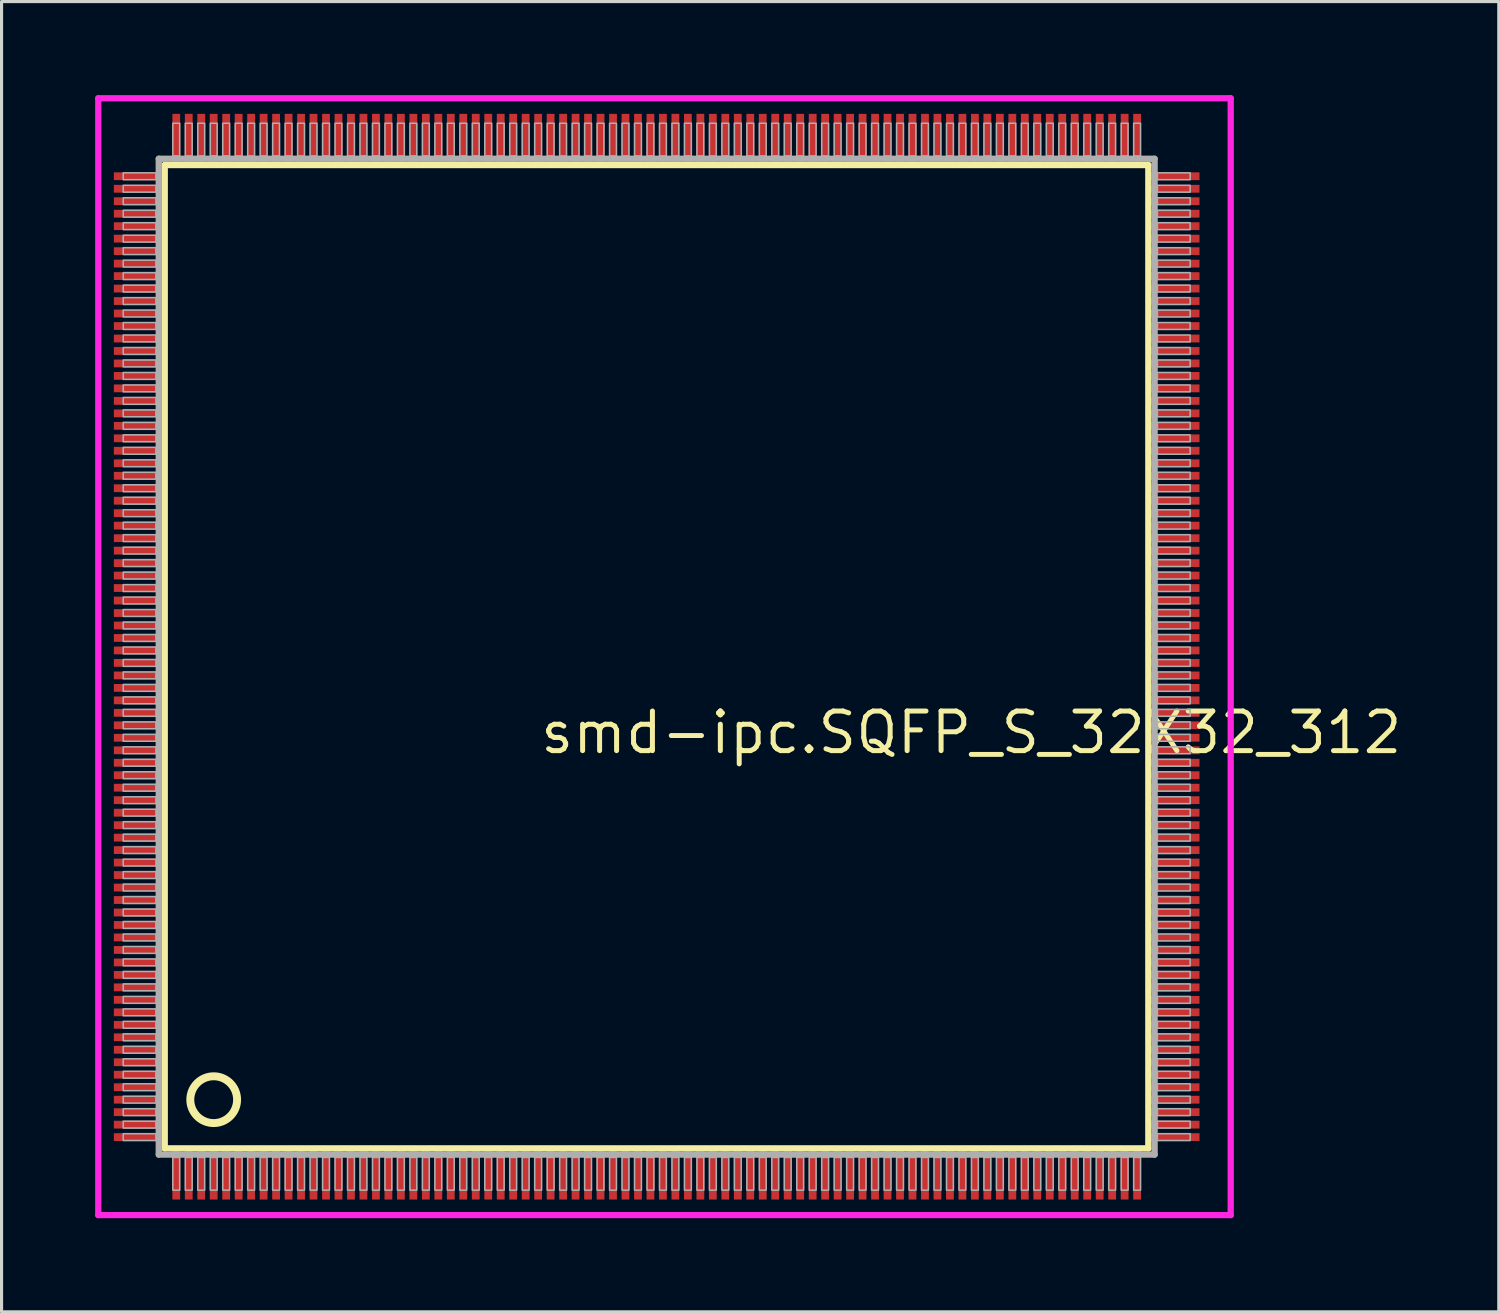
<source format=kicad_pcb>
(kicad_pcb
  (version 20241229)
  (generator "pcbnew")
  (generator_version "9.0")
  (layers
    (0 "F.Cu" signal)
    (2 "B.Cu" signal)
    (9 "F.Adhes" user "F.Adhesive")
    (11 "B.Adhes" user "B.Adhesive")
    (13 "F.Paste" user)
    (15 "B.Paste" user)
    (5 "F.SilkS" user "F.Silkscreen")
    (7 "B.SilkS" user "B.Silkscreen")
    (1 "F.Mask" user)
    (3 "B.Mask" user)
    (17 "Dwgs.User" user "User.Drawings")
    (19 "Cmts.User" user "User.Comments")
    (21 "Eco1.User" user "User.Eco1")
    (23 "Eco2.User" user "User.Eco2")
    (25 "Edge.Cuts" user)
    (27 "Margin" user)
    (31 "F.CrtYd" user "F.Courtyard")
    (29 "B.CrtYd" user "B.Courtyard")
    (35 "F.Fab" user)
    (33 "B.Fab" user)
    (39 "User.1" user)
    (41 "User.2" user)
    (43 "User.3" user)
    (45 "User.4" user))
  (footprint "smd-ipc.SQFP_S_32X32_312"
    (layer "F.Cu")
    (at 18 18)
    (property "Reference" "smd-ipc.SQFP_S_32X32_312" (at -3.81 3.175 0) (layer "F.SilkS") (effects (font (size 1.27 1.27) (thickness 0.16)) (justify left bottom)))
    (attr smd)
    (fp_line (start -15.77 -15.76) (end 15.76 -15.76) (stroke (width 0.203) (type default)) (layer "F.SilkS"))
    (fp_line (start -15.77 15.76) (end -15.77 -15.76) (stroke (width 0.203) (type default)) (layer "F.SilkS"))
    (fp_line (start 15.76 15.76) (end -15.77 15.76) (stroke (width 0.203) (type default)) (layer "F.SilkS"))
    (fp_line (start 15.76 -15.76) (end 15.76 15.76) (stroke (width 0.203) (type default)) (layer "F.SilkS"))
    (fp_circle (center -14.2 14.2) (end -13.45 14.2) (stroke (width 0.254) (type default)) (fill no) (layer "F.SilkS"))
    (fp_line (start -17.9 -17.9) (end 18.4 -17.9) (stroke (width 0.2) (type default)) (layer "F.CrtYd"))
    (fp_line (start -17.9 17.9) (end -17.9 -17.9) (stroke (width 0.2) (type default)) (layer "F.CrtYd"))
    (fp_line (start 18.4 -17.9) (end 18.4 17.9) (stroke (width 0.2) (type default)) (layer "F.CrtYd"))
    (fp_line (start 18.4 17.9) (end -17.9 17.9) (stroke (width 0.2) (type default)) (layer "F.CrtYd"))
    (fp_line (start -15.96 -15.96) (end -15.96 15.96) (stroke (width 0.203) (type default)) (layer "F.Fab"))
    (fp_line (start -15.96 15.96) (end 15.96 15.96) (stroke (width 0.203) (type default)) (layer "F.Fab"))
    (fp_line (start 15.96 -15.96) (end -15.96 -15.96) (stroke (width 0.203) (type default)) (layer "F.Fab"))
    (fp_line (start 15.96 15.96) (end 15.96 -15.96) (stroke (width 0.203) (type default)) (layer "F.Fab"))
    (fp_rect (start -17.1 -15.29) (end -16.05 -15.51) (stroke (width 0.05) (type default)) (fill no) (layer "F.Fab"))
    (fp_rect (start -17.1 -14.89) (end -16.05 -15.11) (stroke (width 0.05) (type default)) (fill no) (layer "F.Fab"))
    (fp_rect (start -17.1 -14.49) (end -16.05 -14.71) (stroke (width 0.05) (type default)) (fill no) (layer "F.Fab"))
    (fp_rect (start -17.1 -14.09) (end -16.05 -14.31) (stroke (width 0.05) (type default)) (fill no) (layer "F.Fab"))
    (fp_rect (start -17.1 -13.69) (end -16.05 -13.91) (stroke (width 0.05) (type default)) (fill no) (layer "F.Fab"))
    (fp_rect (start -17.1 -13.29) (end -16.05 -13.51) (stroke (width 0.05) (type default)) (fill no) (layer "F.Fab"))
    (fp_rect (start -17.1 -12.89) (end -16.05 -13.11) (stroke (width 0.05) (type default)) (fill no) (layer "F.Fab"))
    (fp_rect (start -17.1 -12.49) (end -16.05 -12.71) (stroke (width 0.05) (type default)) (fill no) (layer "F.Fab"))
    (fp_rect (start -17.1 -12.09) (end -16.05 -12.31) (stroke (width 0.05) (type default)) (fill no) (layer "F.Fab"))
    (fp_rect (start -17.1 -11.69) (end -16.05 -11.91) (stroke (width 0.05) (type default)) (fill no) (layer "F.Fab"))
    (fp_rect (start -17.1 -11.29) (end -16.05 -11.51) (stroke (width 0.05) (type default)) (fill no) (layer "F.Fab"))
    (fp_rect (start -17.1 -10.89) (end -16.05 -11.11) (stroke (width 0.05) (type default)) (fill no) (layer "F.Fab"))
    (fp_rect (start -17.1 -10.49) (end -16.05 -10.71) (stroke (width 0.05) (type default)) (fill no) (layer "F.Fab"))
    (fp_rect (start -17.1 -10.09) (end -16.05 -10.31) (stroke (width 0.05) (type default)) (fill no) (layer "F.Fab"))
    (fp_rect (start -17.1 -9.69) (end -16.05 -9.91) (stroke (width 0.05) (type default)) (fill no) (layer "F.Fab"))
    (fp_rect (start -17.1 -9.29) (end -16.05 -9.51) (stroke (width 0.05) (type default)) (fill no) (layer "F.Fab"))
    (fp_rect (start -17.1 -8.89) (end -16.05 -9.11) (stroke (width 0.05) (type default)) (fill no) (layer "F.Fab"))
    (fp_rect (start -17.1 -8.49) (end -16.05 -8.71) (stroke (width 0.05) (type default)) (fill no) (layer "F.Fab"))
    (fp_rect (start -17.1 -8.09) (end -16.05 -8.31) (stroke (width 0.05) (type default)) (fill no) (layer "F.Fab"))
    (fp_rect (start -17.1 -7.69) (end -16.05 -7.91) (stroke (width 0.05) (type default)) (fill no) (layer "F.Fab"))
    (fp_rect (start -17.1 -7.29) (end -16.05 -7.51) (stroke (width 0.05) (type default)) (fill no) (layer "F.Fab"))
    (fp_rect (start -17.1 -6.89) (end -16.05 -7.11) (stroke (width 0.05) (type default)) (fill no) (layer "F.Fab"))
    (fp_rect (start -17.1 -6.49) (end -16.05 -6.71) (stroke (width 0.05) (type default)) (fill no) (layer "F.Fab"))
    (fp_rect (start -17.1 -6.09) (end -16.05 -6.31) (stroke (width 0.05) (type default)) (fill no) (layer "F.Fab"))
    (fp_rect (start -17.1 -5.69) (end -16.05 -5.91) (stroke (width 0.05) (type default)) (fill no) (layer "F.Fab"))
    (fp_rect (start -17.1 -5.29) (end -16.05 -5.51) (stroke (width 0.05) (type default)) (fill no) (layer "F.Fab"))
    (fp_rect (start -17.1 -4.89) (end -16.05 -5.11) (stroke (width 0.05) (type default)) (fill no) (layer "F.Fab"))
    (fp_rect (start -17.1 -4.49) (end -16.05 -4.71) (stroke (width 0.05) (type default)) (fill no) (layer "F.Fab"))
    (fp_rect (start -17.1 -4.09) (end -16.05 -4.31) (stroke (width 0.05) (type default)) (fill no) (layer "F.Fab"))
    (fp_rect (start -17.1 -3.69) (end -16.05 -3.91) (stroke (width 0.05) (type default)) (fill no) (layer "F.Fab"))
    (fp_rect (start -17.1 -3.29) (end -16.05 -3.51) (stroke (width 0.05) (type default)) (fill no) (layer "F.Fab"))
    (fp_rect (start -17.1 -2.89) (end -16.05 -3.11) (stroke (width 0.05) (type default)) (fill no) (layer "F.Fab"))
    (fp_rect (start -17.1 -2.49) (end -16.05 -2.71) (stroke (width 0.05) (type default)) (fill no) (layer "F.Fab"))
    (fp_rect (start -17.1 -2.09) (end -16.05 -2.31) (stroke (width 0.05) (type default)) (fill no) (layer "F.Fab"))
    (fp_rect (start -17.1 -1.69) (end -16.05 -1.91) (stroke (width 0.05) (type default)) (fill no) (layer "F.Fab"))
    (fp_rect (start -17.1 -1.29) (end -16.05 -1.51) (stroke (width 0.05) (type default)) (fill no) (layer "F.Fab"))
    (fp_rect (start -17.1 -0.89) (end -16.05 -1.11) (stroke (width 0.05) (type default)) (fill no) (layer "F.Fab"))
    (fp_rect (start -17.1 -0.49) (end -16.05 -0.71) (stroke (width 0.05) (type default)) (fill no) (layer "F.Fab"))
    (fp_rect (start -17.1 -0.09) (end -16.05 -0.31) (stroke (width 0.05) (type default)) (fill no) (layer "F.Fab"))
    (fp_rect (start -17.1 0.31) (end -16.05 0.09) (stroke (width 0.05) (type default)) (fill no) (layer "F.Fab"))
    (fp_rect (start -17.1 0.71) (end -16.05 0.49) (stroke (width 0.05) (type default)) (fill no) (layer "F.Fab"))
    (fp_rect (start -17.1 1.11) (end -16.05 0.89) (stroke (width 0.05) (type default)) (fill no) (layer "F.Fab"))
    (fp_rect (start -17.1 1.51) (end -16.05 1.29) (stroke (width 0.05) (type default)) (fill no) (layer "F.Fab"))
    (fp_rect (start -17.1 1.91) (end -16.05 1.69) (stroke (width 0.05) (type default)) (fill no) (layer "F.Fab"))
    (fp_rect (start -17.1 2.31) (end -16.05 2.09) (stroke (width 0.05) (type default)) (fill no) (layer "F.Fab"))
    (fp_rect (start -17.1 2.71) (end -16.05 2.49) (stroke (width 0.05) (type default)) (fill no) (layer "F.Fab"))
    (fp_rect (start -17.1 3.11) (end -16.05 2.89) (stroke (width 0.05) (type default)) (fill no) (layer "F.Fab"))
    (fp_rect (start -17.1 3.51) (end -16.05 3.29) (stroke (width 0.05) (type default)) (fill no) (layer "F.Fab"))
    (fp_rect (start -17.1 3.91) (end -16.05 3.69) (stroke (width 0.05) (type default)) (fill no) (layer "F.Fab"))
    (fp_rect (start -17.1 4.31) (end -16.05 4.09) (stroke (width 0.05) (type default)) (fill no) (layer "F.Fab"))
    (fp_rect (start -17.1 4.71) (end -16.05 4.49) (stroke (width 0.05) (type default)) (fill no) (layer "F.Fab"))
    (fp_rect (start -17.1 5.11) (end -16.05 4.89) (stroke (width 0.05) (type default)) (fill no) (layer "F.Fab"))
    (fp_rect (start -17.1 5.51) (end -16.05 5.29) (stroke (width 0.05) (type default)) (fill no) (layer "F.Fab"))
    (fp_rect (start -17.1 5.91) (end -16.05 5.69) (stroke (width 0.05) (type default)) (fill no) (layer "F.Fab"))
    (fp_rect (start -17.1 6.31) (end -16.05 6.09) (stroke (width 0.05) (type default)) (fill no) (layer "F.Fab"))
    (fp_rect (start -17.1 6.71) (end -16.05 6.49) (stroke (width 0.05) (type default)) (fill no) (layer "F.Fab"))
    (fp_rect (start -17.1 7.11) (end -16.05 6.89) (stroke (width 0.05) (type default)) (fill no) (layer "F.Fab"))
    (fp_rect (start -17.1 7.51) (end -16.05 7.29) (stroke (width 0.05) (type default)) (fill no) (layer "F.Fab"))
    (fp_rect (start -17.1 7.91) (end -16.05 7.69) (stroke (width 0.05) (type default)) (fill no) (layer "F.Fab"))
    (fp_rect (start -17.1 8.31) (end -16.05 8.09) (stroke (width 0.05) (type default)) (fill no) (layer "F.Fab"))
    (fp_rect (start -17.1 8.71) (end -16.05 8.49) (stroke (width 0.05) (type default)) (fill no) (layer "F.Fab"))
    (fp_rect (start -17.1 9.11) (end -16.05 8.89) (stroke (width 0.05) (type default)) (fill no) (layer "F.Fab"))
    (fp_rect (start -17.1 9.51) (end -16.05 9.29) (stroke (width 0.05) (type default)) (fill no) (layer "F.Fab"))
    (fp_rect (start -17.1 9.91) (end -16.05 9.69) (stroke (width 0.05) (type default)) (fill no) (layer "F.Fab"))
    (fp_rect (start -17.1 10.31) (end -16.05 10.09) (stroke (width 0.05) (type default)) (fill no) (layer "F.Fab"))
    (fp_rect (start -17.1 10.71) (end -16.05 10.49) (stroke (width 0.05) (type default)) (fill no) (layer "F.Fab"))
    (fp_rect (start -17.1 11.11) (end -16.05 10.89) (stroke (width 0.05) (type default)) (fill no) (layer "F.Fab"))
    (fp_rect (start -17.1 11.51) (end -16.05 11.29) (stroke (width 0.05) (type default)) (fill no) (layer "F.Fab"))
    (fp_rect (start -17.1 11.91) (end -16.05 11.69) (stroke (width 0.05) (type default)) (fill no) (layer "F.Fab"))
    (fp_rect (start -17.1 12.31) (end -16.05 12.09) (stroke (width 0.05) (type default)) (fill no) (layer "F.Fab"))
    (fp_rect (start -17.1 12.71) (end -16.05 12.49) (stroke (width 0.05) (type default)) (fill no) (layer "F.Fab"))
    (fp_rect (start -17.1 13.11) (end -16.05 12.89) (stroke (width 0.05) (type default)) (fill no) (layer "F.Fab"))
    (fp_rect (start -17.1 13.51) (end -16.05 13.29) (stroke (width 0.05) (type default)) (fill no) (layer "F.Fab"))
    (fp_rect (start -17.1 13.91) (end -16.05 13.69) (stroke (width 0.05) (type default)) (fill no) (layer "F.Fab"))
    (fp_rect (start -17.1 14.31) (end -16.05 14.09) (stroke (width 0.05) (type default)) (fill no) (layer "F.Fab"))
    (fp_rect (start -17.1 14.71) (end -16.05 14.49) (stroke (width 0.05) (type default)) (fill no) (layer "F.Fab"))
    (fp_rect (start -17.1 15.11) (end -16.05 14.89) (stroke (width 0.05) (type default)) (fill no) (layer "F.Fab"))
    (fp_rect (start -17.1 15.51) (end -16.05 15.29) (stroke (width 0.05) (type default)) (fill no) (layer "F.Fab"))
    (fp_rect (start -15.51 -16.05) (end -15.29 -17.1) (stroke (width 0.05) (type default)) (fill no) (layer "F.Fab"))
    (fp_rect (start -15.51 17.1) (end -15.29 16.05) (stroke (width 0.05) (type default)) (fill no) (layer "F.Fab"))
    (fp_rect (start -15.11 -16.05) (end -14.89 -17.1) (stroke (width 0.05) (type default)) (fill no) (layer "F.Fab"))
    (fp_rect (start -15.11 17.1) (end -14.89 16.05) (stroke (width 0.05) (type default)) (fill no) (layer "F.Fab"))
    (fp_rect (start -14.71 -16.05) (end -14.49 -17.1) (stroke (width 0.05) (type default)) (fill no) (layer "F.Fab"))
    (fp_rect (start -14.71 17.1) (end -14.49 16.05) (stroke (width 0.05) (type default)) (fill no) (layer "F.Fab"))
    (fp_rect (start -14.31 -16.05) (end -14.09 -17.1) (stroke (width 0.05) (type default)) (fill no) (layer "F.Fab"))
    (fp_rect (start -14.31 17.1) (end -14.09 16.05) (stroke (width 0.05) (type default)) (fill no) (layer "F.Fab"))
    (fp_rect (start -13.91 -16.05) (end -13.69 -17.1) (stroke (width 0.05) (type default)) (fill no) (layer "F.Fab"))
    (fp_rect (start -13.91 17.1) (end -13.69 16.05) (stroke (width 0.05) (type default)) (fill no) (layer "F.Fab"))
    (fp_rect (start -13.51 -16.05) (end -13.29 -17.1) (stroke (width 0.05) (type default)) (fill no) (layer "F.Fab"))
    (fp_rect (start -13.51 17.1) (end -13.29 16.05) (stroke (width 0.05) (type default)) (fill no) (layer "F.Fab"))
    (fp_rect (start -13.11 -16.05) (end -12.89 -17.1) (stroke (width 0.05) (type default)) (fill no) (layer "F.Fab"))
    (fp_rect (start -13.11 17.1) (end -12.89 16.05) (stroke (width 0.05) (type default)) (fill no) (layer "F.Fab"))
    (fp_rect (start -12.71 -16.05) (end -12.49 -17.1) (stroke (width 0.05) (type default)) (fill no) (layer "F.Fab"))
    (fp_rect (start -12.71 17.1) (end -12.49 16.05) (stroke (width 0.05) (type default)) (fill no) (layer "F.Fab"))
    (fp_rect (start -12.31 -16.05) (end -12.09 -17.1) (stroke (width 0.05) (type default)) (fill no) (layer "F.Fab"))
    (fp_rect (start -12.31 17.1) (end -12.09 16.05) (stroke (width 0.05) (type default)) (fill no) (layer "F.Fab"))
    (fp_rect (start -11.91 -16.05) (end -11.69 -17.1) (stroke (width 0.05) (type default)) (fill no) (layer "F.Fab"))
    (fp_rect (start -11.91 17.1) (end -11.69 16.05) (stroke (width 0.05) (type default)) (fill no) (layer "F.Fab"))
    (fp_rect (start -11.51 -16.05) (end -11.29 -17.1) (stroke (width 0.05) (type default)) (fill no) (layer "F.Fab"))
    (fp_rect (start -11.51 17.1) (end -11.29 16.05) (stroke (width 0.05) (type default)) (fill no) (layer "F.Fab"))
    (fp_rect (start -11.11 -16.05) (end -10.89 -17.1) (stroke (width 0.05) (type default)) (fill no) (layer "F.Fab"))
    (fp_rect (start -11.11 17.1) (end -10.89 16.05) (stroke (width 0.05) (type default)) (fill no) (layer "F.Fab"))
    (fp_rect (start -10.71 -16.05) (end -10.49 -17.1) (stroke (width 0.05) (type default)) (fill no) (layer "F.Fab"))
    (fp_rect (start -10.71 17.1) (end -10.49 16.05) (stroke (width 0.05) (type default)) (fill no) (layer "F.Fab"))
    (fp_rect (start -10.31 -16.05) (end -10.09 -17.1) (stroke (width 0.05) (type default)) (fill no) (layer "F.Fab"))
    (fp_rect (start -10.31 17.1) (end -10.09 16.05) (stroke (width 0.05) (type default)) (fill no) (layer "F.Fab"))
    (fp_rect (start -9.91 -16.05) (end -9.69 -17.1) (stroke (width 0.05) (type default)) (fill no) (layer "F.Fab"))
    (fp_rect (start -9.91 17.1) (end -9.69 16.05) (stroke (width 0.05) (type default)) (fill no) (layer "F.Fab"))
    (fp_rect (start -9.51 -16.05) (end -9.29 -17.1) (stroke (width 0.05) (type default)) (fill no) (layer "F.Fab"))
    (fp_rect (start -9.51 17.1) (end -9.29 16.05) (stroke (width 0.05) (type default)) (fill no) (layer "F.Fab"))
    (fp_rect (start -9.11 -16.05) (end -8.89 -17.1) (stroke (width 0.05) (type default)) (fill no) (layer "F.Fab"))
    (fp_rect (start -9.11 17.1) (end -8.89 16.05) (stroke (width 0.05) (type default)) (fill no) (layer "F.Fab"))
    (fp_rect (start -8.71 -16.05) (end -8.49 -17.1) (stroke (width 0.05) (type default)) (fill no) (layer "F.Fab"))
    (fp_rect (start -8.71 17.1) (end -8.49 16.05) (stroke (width 0.05) (type default)) (fill no) (layer "F.Fab"))
    (fp_rect (start -8.31 -16.05) (end -8.09 -17.1) (stroke (width 0.05) (type default)) (fill no) (layer "F.Fab"))
    (fp_rect (start -8.31 17.1) (end -8.09 16.05) (stroke (width 0.05) (type default)) (fill no) (layer "F.Fab"))
    (fp_rect (start -7.91 -16.05) (end -7.69 -17.1) (stroke (width 0.05) (type default)) (fill no) (layer "F.Fab"))
    (fp_rect (start -7.91 17.1) (end -7.69 16.05) (stroke (width 0.05) (type default)) (fill no) (layer "F.Fab"))
    (fp_rect (start -7.51 -16.05) (end -7.29 -17.1) (stroke (width 0.05) (type default)) (fill no) (layer "F.Fab"))
    (fp_rect (start -7.51 17.1) (end -7.29 16.05) (stroke (width 0.05) (type default)) (fill no) (layer "F.Fab"))
    (fp_rect (start -7.11 -16.05) (end -6.89 -17.1) (stroke (width 0.05) (type default)) (fill no) (layer "F.Fab"))
    (fp_rect (start -7.11 17.1) (end -6.89 16.05) (stroke (width 0.05) (type default)) (fill no) (layer "F.Fab"))
    (fp_rect (start -6.71 -16.05) (end -6.49 -17.1) (stroke (width 0.05) (type default)) (fill no) (layer "F.Fab"))
    (fp_rect (start -6.71 17.1) (end -6.49 16.05) (stroke (width 0.05) (type default)) (fill no) (layer "F.Fab"))
    (fp_rect (start -6.31 -16.05) (end -6.09 -17.1) (stroke (width 0.05) (type default)) (fill no) (layer "F.Fab"))
    (fp_rect (start -6.31 17.1) (end -6.09 16.05) (stroke (width 0.05) (type default)) (fill no) (layer "F.Fab"))
    (fp_rect (start -5.91 -16.05) (end -5.69 -17.1) (stroke (width 0.05) (type default)) (fill no) (layer "F.Fab"))
    (fp_rect (start -5.91 17.1) (end -5.69 16.05) (stroke (width 0.05) (type default)) (fill no) (layer "F.Fab"))
    (fp_rect (start -5.51 -16.05) (end -5.29 -17.1) (stroke (width 0.05) (type default)) (fill no) (layer "F.Fab"))
    (fp_rect (start -5.51 17.1) (end -5.29 16.05) (stroke (width 0.05) (type default)) (fill no) (layer "F.Fab"))
    (fp_rect (start -5.11 -16.05) (end -4.89 -17.1) (stroke (width 0.05) (type default)) (fill no) (layer "F.Fab"))
    (fp_rect (start -5.11 17.1) (end -4.89 16.05) (stroke (width 0.05) (type default)) (fill no) (layer "F.Fab"))
    (fp_rect (start -4.71 -16.05) (end -4.49 -17.1) (stroke (width 0.05) (type default)) (fill no) (layer "F.Fab"))
    (fp_rect (start -4.71 17.1) (end -4.49 16.05) (stroke (width 0.05) (type default)) (fill no) (layer "F.Fab"))
    (fp_rect (start -4.31 -16.05) (end -4.09 -17.1) (stroke (width 0.05) (type default)) (fill no) (layer "F.Fab"))
    (fp_rect (start -4.31 17.1) (end -4.09 16.05) (stroke (width 0.05) (type default)) (fill no) (layer "F.Fab"))
    (fp_rect (start -3.91 -16.05) (end -3.69 -17.1) (stroke (width 0.05) (type default)) (fill no) (layer "F.Fab"))
    (fp_rect (start -3.91 17.1) (end -3.69 16.05) (stroke (width 0.05) (type default)) (fill no) (layer "F.Fab"))
    (fp_rect (start -3.51 -16.05) (end -3.29 -17.1) (stroke (width 0.05) (type default)) (fill no) (layer "F.Fab"))
    (fp_rect (start -3.51 17.1) (end -3.29 16.05) (stroke (width 0.05) (type default)) (fill no) (layer "F.Fab"))
    (fp_rect (start -3.11 -16.05) (end -2.89 -17.1) (stroke (width 0.05) (type default)) (fill no) (layer "F.Fab"))
    (fp_rect (start -3.11 17.1) (end -2.89 16.05) (stroke (width 0.05) (type default)) (fill no) (layer "F.Fab"))
    (fp_rect (start -2.71 -16.05) (end -2.49 -17.1) (stroke (width 0.05) (type default)) (fill no) (layer "F.Fab"))
    (fp_rect (start -2.71 17.1) (end -2.49 16.05) (stroke (width 0.05) (type default)) (fill no) (layer "F.Fab"))
    (fp_rect (start -2.31 -16.05) (end -2.09 -17.1) (stroke (width 0.05) (type default)) (fill no) (layer "F.Fab"))
    (fp_rect (start -2.31 17.1) (end -2.09 16.05) (stroke (width 0.05) (type default)) (fill no) (layer "F.Fab"))
    (fp_rect (start -1.91 -16.05) (end -1.69 -17.1) (stroke (width 0.05) (type default)) (fill no) (layer "F.Fab"))
    (fp_rect (start -1.91 17.1) (end -1.69 16.05) (stroke (width 0.05) (type default)) (fill no) (layer "F.Fab"))
    (fp_rect (start -1.51 -16.05) (end -1.29 -17.1) (stroke (width 0.05) (type default)) (fill no) (layer "F.Fab"))
    (fp_rect (start -1.51 17.1) (end -1.29 16.05) (stroke (width 0.05) (type default)) (fill no) (layer "F.Fab"))
    (fp_rect (start -1.11 -16.05) (end -0.89 -17.1) (stroke (width 0.05) (type default)) (fill no) (layer "F.Fab"))
    (fp_rect (start -1.11 17.1) (end -0.89 16.05) (stroke (width 0.05) (type default)) (fill no) (layer "F.Fab"))
    (fp_rect (start -0.71 -16.05) (end -0.49 -17.1) (stroke (width 0.05) (type default)) (fill no) (layer "F.Fab"))
    (fp_rect (start -0.71 17.1) (end -0.49 16.05) (stroke (width 0.05) (type default)) (fill no) (layer "F.Fab"))
    (fp_rect (start -0.31 -16.05) (end -0.09 -17.1) (stroke (width 0.05) (type default)) (fill no) (layer "F.Fab"))
    (fp_rect (start -0.31 17.1) (end -0.09 16.05) (stroke (width 0.05) (type default)) (fill no) (layer "F.Fab"))
    (fp_rect (start 0.09 -16.05) (end 0.31 -17.1) (stroke (width 0.05) (type default)) (fill no) (layer "F.Fab"))
    (fp_rect (start 0.09 17.1) (end 0.31 16.05) (stroke (width 0.05) (type default)) (fill no) (layer "F.Fab"))
    (fp_rect (start 0.49 -16.05) (end 0.71 -17.1) (stroke (width 0.05) (type default)) (fill no) (layer "F.Fab"))
    (fp_rect (start 0.49 17.1) (end 0.71 16.05) (stroke (width 0.05) (type default)) (fill no) (layer "F.Fab"))
    (fp_rect (start 0.89 -16.05) (end 1.11 -17.1) (stroke (width 0.05) (type default)) (fill no) (layer "F.Fab"))
    (fp_rect (start 0.89 17.1) (end 1.11 16.05) (stroke (width 0.05) (type default)) (fill no) (layer "F.Fab"))
    (fp_rect (start 1.29 -16.05) (end 1.51 -17.1) (stroke (width 0.05) (type default)) (fill no) (layer "F.Fab"))
    (fp_rect (start 1.29 17.1) (end 1.51 16.05) (stroke (width 0.05) (type default)) (fill no) (layer "F.Fab"))
    (fp_rect (start 1.69 -16.05) (end 1.91 -17.1) (stroke (width 0.05) (type default)) (fill no) (layer "F.Fab"))
    (fp_rect (start 1.69 17.1) (end 1.91 16.05) (stroke (width 0.05) (type default)) (fill no) (layer "F.Fab"))
    (fp_rect (start 2.09 -16.05) (end 2.31 -17.1) (stroke (width 0.05) (type default)) (fill no) (layer "F.Fab"))
    (fp_rect (start 2.09 17.1) (end 2.31 16.05) (stroke (width 0.05) (type default)) (fill no) (layer "F.Fab"))
    (fp_rect (start 2.49 -16.05) (end 2.71 -17.1) (stroke (width 0.05) (type default)) (fill no) (layer "F.Fab"))
    (fp_rect (start 2.49 17.1) (end 2.71 16.05) (stroke (width 0.05) (type default)) (fill no) (layer "F.Fab"))
    (fp_rect (start 2.89 -16.05) (end 3.11 -17.1) (stroke (width 0.05) (type default)) (fill no) (layer "F.Fab"))
    (fp_rect (start 2.89 17.1) (end 3.11 16.05) (stroke (width 0.05) (type default)) (fill no) (layer "F.Fab"))
    (fp_rect (start 3.29 -16.05) (end 3.51 -17.1) (stroke (width 0.05) (type default)) (fill no) (layer "F.Fab"))
    (fp_rect (start 3.29 17.1) (end 3.51 16.05) (stroke (width 0.05) (type default)) (fill no) (layer "F.Fab"))
    (fp_rect (start 3.69 -16.05) (end 3.91 -17.1) (stroke (width 0.05) (type default)) (fill no) (layer "F.Fab"))
    (fp_rect (start 3.69 17.1) (end 3.91 16.05) (stroke (width 0.05) (type default)) (fill no) (layer "F.Fab"))
    (fp_rect (start 4.09 -16.05) (end 4.31 -17.1) (stroke (width 0.05) (type default)) (fill no) (layer "F.Fab"))
    (fp_rect (start 4.09 17.1) (end 4.31 16.05) (stroke (width 0.05) (type default)) (fill no) (layer "F.Fab"))
    (fp_rect (start 4.49 -16.05) (end 4.71 -17.1) (stroke (width 0.05) (type default)) (fill no) (layer "F.Fab"))
    (fp_rect (start 4.49 17.1) (end 4.71 16.05) (stroke (width 0.05) (type default)) (fill no) (layer "F.Fab"))
    (fp_rect (start 4.89 -16.05) (end 5.11 -17.1) (stroke (width 0.05) (type default)) (fill no) (layer "F.Fab"))
    (fp_rect (start 4.89 17.1) (end 5.11 16.05) (stroke (width 0.05) (type default)) (fill no) (layer "F.Fab"))
    (fp_rect (start 5.29 -16.05) (end 5.51 -17.1) (stroke (width 0.05) (type default)) (fill no) (layer "F.Fab"))
    (fp_rect (start 5.29 17.1) (end 5.51 16.05) (stroke (width 0.05) (type default)) (fill no) (layer "F.Fab"))
    (fp_rect (start 5.69 -16.05) (end 5.91 -17.1) (stroke (width 0.05) (type default)) (fill no) (layer "F.Fab"))
    (fp_rect (start 5.69 17.1) (end 5.91 16.05) (stroke (width 0.05) (type default)) (fill no) (layer "F.Fab"))
    (fp_rect (start 6.09 -16.05) (end 6.31 -17.1) (stroke (width 0.05) (type default)) (fill no) (layer "F.Fab"))
    (fp_rect (start 6.09 17.1) (end 6.31 16.05) (stroke (width 0.05) (type default)) (fill no) (layer "F.Fab"))
    (fp_rect (start 6.49 -16.05) (end 6.71 -17.1) (stroke (width 0.05) (type default)) (fill no) (layer "F.Fab"))
    (fp_rect (start 6.49 17.1) (end 6.71 16.05) (stroke (width 0.05) (type default)) (fill no) (layer "F.Fab"))
    (fp_rect (start 6.89 -16.05) (end 7.11 -17.1) (stroke (width 0.05) (type default)) (fill no) (layer "F.Fab"))
    (fp_rect (start 6.89 17.1) (end 7.11 16.05) (stroke (width 0.05) (type default)) (fill no) (layer "F.Fab"))
    (fp_rect (start 7.29 -16.05) (end 7.51 -17.1) (stroke (width 0.05) (type default)) (fill no) (layer "F.Fab"))
    (fp_rect (start 7.29 17.1) (end 7.51 16.05) (stroke (width 0.05) (type default)) (fill no) (layer "F.Fab"))
    (fp_rect (start 7.69 -16.05) (end 7.91 -17.1) (stroke (width 0.05) (type default)) (fill no) (layer "F.Fab"))
    (fp_rect (start 7.69 17.1) (end 7.91 16.05) (stroke (width 0.05) (type default)) (fill no) (layer "F.Fab"))
    (fp_rect (start 8.09 -16.05) (end 8.31 -17.1) (stroke (width 0.05) (type default)) (fill no) (layer "F.Fab"))
    (fp_rect (start 8.09 17.1) (end 8.31 16.05) (stroke (width 0.05) (type default)) (fill no) (layer "F.Fab"))
    (fp_rect (start 8.49 -16.05) (end 8.71 -17.1) (stroke (width 0.05) (type default)) (fill no) (layer "F.Fab"))
    (fp_rect (start 8.49 17.1) (end 8.71 16.05) (stroke (width 0.05) (type default)) (fill no) (layer "F.Fab"))
    (fp_rect (start 8.89 -16.05) (end 9.11 -17.1) (stroke (width 0.05) (type default)) (fill no) (layer "F.Fab"))
    (fp_rect (start 8.89 17.1) (end 9.11 16.05) (stroke (width 0.05) (type default)) (fill no) (layer "F.Fab"))
    (fp_rect (start 9.29 -16.05) (end 9.51 -17.1) (stroke (width 0.05) (type default)) (fill no) (layer "F.Fab"))
    (fp_rect (start 9.29 17.1) (end 9.51 16.05) (stroke (width 0.05) (type default)) (fill no) (layer "F.Fab"))
    (fp_rect (start 9.69 -16.05) (end 9.91 -17.1) (stroke (width 0.05) (type default)) (fill no) (layer "F.Fab"))
    (fp_rect (start 9.69 17.1) (end 9.91 16.05) (stroke (width 0.05) (type default)) (fill no) (layer "F.Fab"))
    (fp_rect (start 10.09 -16.05) (end 10.31 -17.1) (stroke (width 0.05) (type default)) (fill no) (layer "F.Fab"))
    (fp_rect (start 10.09 17.1) (end 10.31 16.05) (stroke (width 0.05) (type default)) (fill no) (layer "F.Fab"))
    (fp_rect (start 10.49 -16.05) (end 10.71 -17.1) (stroke (width 0.05) (type default)) (fill no) (layer "F.Fab"))
    (fp_rect (start 10.49 17.1) (end 10.71 16.05) (stroke (width 0.05) (type default)) (fill no) (layer "F.Fab"))
    (fp_rect (start 10.89 -16.05) (end 11.11 -17.1) (stroke (width 0.05) (type default)) (fill no) (layer "F.Fab"))
    (fp_rect (start 10.89 17.1) (end 11.11 16.05) (stroke (width 0.05) (type default)) (fill no) (layer "F.Fab"))
    (fp_rect (start 11.29 -16.05) (end 11.51 -17.1) (stroke (width 0.05) (type default)) (fill no) (layer "F.Fab"))
    (fp_rect (start 11.29 17.1) (end 11.51 16.05) (stroke (width 0.05) (type default)) (fill no) (layer "F.Fab"))
    (fp_rect (start 11.69 -16.05) (end 11.91 -17.1) (stroke (width 0.05) (type default)) (fill no) (layer "F.Fab"))
    (fp_rect (start 11.69 17.1) (end 11.91 16.05) (stroke (width 0.05) (type default)) (fill no) (layer "F.Fab"))
    (fp_rect (start 12.09 -16.05) (end 12.31 -17.1) (stroke (width 0.05) (type default)) (fill no) (layer "F.Fab"))
    (fp_rect (start 12.09 17.1) (end 12.31 16.05) (stroke (width 0.05) (type default)) (fill no) (layer "F.Fab"))
    (fp_rect (start 12.49 -16.05) (end 12.71 -17.1) (stroke (width 0.05) (type default)) (fill no) (layer "F.Fab"))
    (fp_rect (start 12.49 17.1) (end 12.71 16.05) (stroke (width 0.05) (type default)) (fill no) (layer "F.Fab"))
    (fp_rect (start 12.89 -16.05) (end 13.11 -17.1) (stroke (width 0.05) (type default)) (fill no) (layer "F.Fab"))
    (fp_rect (start 12.89 17.1) (end 13.11 16.05) (stroke (width 0.05) (type default)) (fill no) (layer "F.Fab"))
    (fp_rect (start 13.29 -16.05) (end 13.51 -17.1) (stroke (width 0.05) (type default)) (fill no) (layer "F.Fab"))
    (fp_rect (start 13.29 17.1) (end 13.51 16.05) (stroke (width 0.05) (type default)) (fill no) (layer "F.Fab"))
    (fp_rect (start 13.69 -16.05) (end 13.91 -17.1) (stroke (width 0.05) (type default)) (fill no) (layer "F.Fab"))
    (fp_rect (start 13.69 17.1) (end 13.91 16.05) (stroke (width 0.05) (type default)) (fill no) (layer "F.Fab"))
    (fp_rect (start 14.09 -16.05) (end 14.31 -17.1) (stroke (width 0.05) (type default)) (fill no) (layer "F.Fab"))
    (fp_rect (start 14.09 17.1) (end 14.31 16.05) (stroke (width 0.05) (type default)) (fill no) (layer "F.Fab"))
    (fp_rect (start 14.49 -16.05) (end 14.71 -17.1) (stroke (width 0.05) (type default)) (fill no) (layer "F.Fab"))
    (fp_rect (start 14.49 17.1) (end 14.71 16.05) (stroke (width 0.05) (type default)) (fill no) (layer "F.Fab"))
    (fp_rect (start 14.89 -16.05) (end 15.11 -17.1) (stroke (width 0.05) (type default)) (fill no) (layer "F.Fab"))
    (fp_rect (start 14.89 17.1) (end 15.11 16.05) (stroke (width 0.05) (type default)) (fill no) (layer "F.Fab"))
    (fp_rect (start 15.29 -16.05) (end 15.51 -17.1) (stroke (width 0.05) (type default)) (fill no) (layer "F.Fab"))
    (fp_rect (start 15.29 17.1) (end 15.51 16.05) (stroke (width 0.05) (type default)) (fill no) (layer "F.Fab"))
    (fp_rect (start 16.05 -15.29) (end 17.1 -15.51) (stroke (width 0.05) (type default)) (fill no) (layer "F.Fab"))
    (fp_rect (start 16.05 -14.89) (end 17.1 -15.11) (stroke (width 0.05) (type default)) (fill no) (layer "F.Fab"))
    (fp_rect (start 16.05 -14.49) (end 17.1 -14.71) (stroke (width 0.05) (type default)) (fill no) (layer "F.Fab"))
    (fp_rect (start 16.05 -14.09) (end 17.1 -14.31) (stroke (width 0.05) (type default)) (fill no) (layer "F.Fab"))
    (fp_rect (start 16.05 -13.69) (end 17.1 -13.91) (stroke (width 0.05) (type default)) (fill no) (layer "F.Fab"))
    (fp_rect (start 16.05 -13.29) (end 17.1 -13.51) (stroke (width 0.05) (type default)) (fill no) (layer "F.Fab"))
    (fp_rect (start 16.05 -12.89) (end 17.1 -13.11) (stroke (width 0.05) (type default)) (fill no) (layer "F.Fab"))
    (fp_rect (start 16.05 -12.49) (end 17.1 -12.71) (stroke (width 0.05) (type default)) (fill no) (layer "F.Fab"))
    (fp_rect (start 16.05 -12.09) (end 17.1 -12.31) (stroke (width 0.05) (type default)) (fill no) (layer "F.Fab"))
    (fp_rect (start 16.05 -11.69) (end 17.1 -11.91) (stroke (width 0.05) (type default)) (fill no) (layer "F.Fab"))
    (fp_rect (start 16.05 -11.29) (end 17.1 -11.51) (stroke (width 0.05) (type default)) (fill no) (layer "F.Fab"))
    (fp_rect (start 16.05 -10.89) (end 17.1 -11.11) (stroke (width 0.05) (type default)) (fill no) (layer "F.Fab"))
    (fp_rect (start 16.05 -10.49) (end 17.1 -10.71) (stroke (width 0.05) (type default)) (fill no) (layer "F.Fab"))
    (fp_rect (start 16.05 -10.09) (end 17.1 -10.31) (stroke (width 0.05) (type default)) (fill no) (layer "F.Fab"))
    (fp_rect (start 16.05 -9.69) (end 17.1 -9.91) (stroke (width 0.05) (type default)) (fill no) (layer "F.Fab"))
    (fp_rect (start 16.05 -9.29) (end 17.1 -9.51) (stroke (width 0.05) (type default)) (fill no) (layer "F.Fab"))
    (fp_rect (start 16.05 -8.89) (end 17.1 -9.11) (stroke (width 0.05) (type default)) (fill no) (layer "F.Fab"))
    (fp_rect (start 16.05 -8.49) (end 17.1 -8.71) (stroke (width 0.05) (type default)) (fill no) (layer "F.Fab"))
    (fp_rect (start 16.05 -8.09) (end 17.1 -8.31) (stroke (width 0.05) (type default)) (fill no) (layer "F.Fab"))
    (fp_rect (start 16.05 -7.69) (end 17.1 -7.91) (stroke (width 0.05) (type default)) (fill no) (layer "F.Fab"))
    (fp_rect (start 16.05 -7.29) (end 17.1 -7.51) (stroke (width 0.05) (type default)) (fill no) (layer "F.Fab"))
    (fp_rect (start 16.05 -6.89) (end 17.1 -7.11) (stroke (width 0.05) (type default)) (fill no) (layer "F.Fab"))
    (fp_rect (start 16.05 -6.49) (end 17.1 -6.71) (stroke (width 0.05) (type default)) (fill no) (layer "F.Fab"))
    (fp_rect (start 16.05 -6.09) (end 17.1 -6.31) (stroke (width 0.05) (type default)) (fill no) (layer "F.Fab"))
    (fp_rect (start 16.05 -5.69) (end 17.1 -5.91) (stroke (width 0.05) (type default)) (fill no) (layer "F.Fab"))
    (fp_rect (start 16.05 -5.29) (end 17.1 -5.51) (stroke (width 0.05) (type default)) (fill no) (layer "F.Fab"))
    (fp_rect (start 16.05 -4.89) (end 17.1 -5.11) (stroke (width 0.05) (type default)) (fill no) (layer "F.Fab"))
    (fp_rect (start 16.05 -4.49) (end 17.1 -4.71) (stroke (width 0.05) (type default)) (fill no) (layer "F.Fab"))
    (fp_rect (start 16.05 -4.09) (end 17.1 -4.31) (stroke (width 0.05) (type default)) (fill no) (layer "F.Fab"))
    (fp_rect (start 16.05 -3.69) (end 17.1 -3.91) (stroke (width 0.05) (type default)) (fill no) (layer "F.Fab"))
    (fp_rect (start 16.05 -3.29) (end 17.1 -3.51) (stroke (width 0.05) (type default)) (fill no) (layer "F.Fab"))
    (fp_rect (start 16.05 -2.89) (end 17.1 -3.11) (stroke (width 0.05) (type default)) (fill no) (layer "F.Fab"))
    (fp_rect (start 16.05 -2.49) (end 17.1 -2.71) (stroke (width 0.05) (type default)) (fill no) (layer "F.Fab"))
    (fp_rect (start 16.05 -2.09) (end 17.1 -2.31) (stroke (width 0.05) (type default)) (fill no) (layer "F.Fab"))
    (fp_rect (start 16.05 -1.69) (end 17.1 -1.91) (stroke (width 0.05) (type default)) (fill no) (layer "F.Fab"))
    (fp_rect (start 16.05 -1.29) (end 17.1 -1.51) (stroke (width 0.05) (type default)) (fill no) (layer "F.Fab"))
    (fp_rect (start 16.05 -0.89) (end 17.1 -1.11) (stroke (width 0.05) (type default)) (fill no) (layer "F.Fab"))
    (fp_rect (start 16.05 -0.49) (end 17.1 -0.71) (stroke (width 0.05) (type default)) (fill no) (layer "F.Fab"))
    (fp_rect (start 16.05 -0.09) (end 17.1 -0.31) (stroke (width 0.05) (type default)) (fill no) (layer "F.Fab"))
    (fp_rect (start 16.05 0.31) (end 17.1 0.09) (stroke (width 0.05) (type default)) (fill no) (layer "F.Fab"))
    (fp_rect (start 16.05 0.71) (end 17.1 0.49) (stroke (width 0.05) (type default)) (fill no) (layer "F.Fab"))
    (fp_rect (start 16.05 1.11) (end 17.1 0.89) (stroke (width 0.05) (type default)) (fill no) (layer "F.Fab"))
    (fp_rect (start 16.05 1.51) (end 17.1 1.29) (stroke (width 0.05) (type default)) (fill no) (layer "F.Fab"))
    (fp_rect (start 16.05 1.91) (end 17.1 1.69) (stroke (width 0.05) (type default)) (fill no) (layer "F.Fab"))
    (fp_rect (start 16.05 2.31) (end 17.1 2.09) (stroke (width 0.05) (type default)) (fill no) (layer "F.Fab"))
    (fp_rect (start 16.05 2.71) (end 17.1 2.49) (stroke (width 0.05) (type default)) (fill no) (layer "F.Fab"))
    (fp_rect (start 16.05 3.11) (end 17.1 2.89) (stroke (width 0.05) (type default)) (fill no) (layer "F.Fab"))
    (fp_rect (start 16.05 3.51) (end 17.1 3.29) (stroke (width 0.05) (type default)) (fill no) (layer "F.Fab"))
    (fp_rect (start 16.05 3.91) (end 17.1 3.69) (stroke (width 0.05) (type default)) (fill no) (layer "F.Fab"))
    (fp_rect (start 16.05 4.31) (end 17.1 4.09) (stroke (width 0.05) (type default)) (fill no) (layer "F.Fab"))
    (fp_rect (start 16.05 4.71) (end 17.1 4.49) (stroke (width 0.05) (type default)) (fill no) (layer "F.Fab"))
    (fp_rect (start 16.05 5.11) (end 17.1 4.89) (stroke (width 0.05) (type default)) (fill no) (layer "F.Fab"))
    (fp_rect (start 16.05 5.51) (end 17.1 5.29) (stroke (width 0.05) (type default)) (fill no) (layer "F.Fab"))
    (fp_rect (start 16.05 5.91) (end 17.1 5.69) (stroke (width 0.05) (type default)) (fill no) (layer "F.Fab"))
    (fp_rect (start 16.05 6.31) (end 17.1 6.09) (stroke (width 0.05) (type default)) (fill no) (layer "F.Fab"))
    (fp_rect (start 16.05 6.71) (end 17.1 6.49) (stroke (width 0.05) (type default)) (fill no) (layer "F.Fab"))
    (fp_rect (start 16.05 7.11) (end 17.1 6.89) (stroke (width 0.05) (type default)) (fill no) (layer "F.Fab"))
    (fp_rect (start 16.05 7.51) (end 17.1 7.29) (stroke (width 0.05) (type default)) (fill no) (layer "F.Fab"))
    (fp_rect (start 16.05 7.91) (end 17.1 7.69) (stroke (width 0.05) (type default)) (fill no) (layer "F.Fab"))
    (fp_rect (start 16.05 8.31) (end 17.1 8.09) (stroke (width 0.05) (type default)) (fill no) (layer "F.Fab"))
    (fp_rect (start 16.05 8.71) (end 17.1 8.49) (stroke (width 0.05) (type default)) (fill no) (layer "F.Fab"))
    (fp_rect (start 16.05 9.11) (end 17.1 8.89) (stroke (width 0.05) (type default)) (fill no) (layer "F.Fab"))
    (fp_rect (start 16.05 9.51) (end 17.1 9.29) (stroke (width 0.05) (type default)) (fill no) (layer "F.Fab"))
    (fp_rect (start 16.05 9.91) (end 17.1 9.69) (stroke (width 0.05) (type default)) (fill no) (layer "F.Fab"))
    (fp_rect (start 16.05 10.31) (end 17.1 10.09) (stroke (width 0.05) (type default)) (fill no) (layer "F.Fab"))
    (fp_rect (start 16.05 10.71) (end 17.1 10.49) (stroke (width 0.05) (type default)) (fill no) (layer "F.Fab"))
    (fp_rect (start 16.05 11.11) (end 17.1 10.89) (stroke (width 0.05) (type default)) (fill no) (layer "F.Fab"))
    (fp_rect (start 16.05 11.51) (end 17.1 11.29) (stroke (width 0.05) (type default)) (fill no) (layer "F.Fab"))
    (fp_rect (start 16.05 11.91) (end 17.1 11.69) (stroke (width 0.05) (type default)) (fill no) (layer "F.Fab"))
    (fp_rect (start 16.05 12.31) (end 17.1 12.09) (stroke (width 0.05) (type default)) (fill no) (layer "F.Fab"))
    (fp_rect (start 16.05 12.71) (end 17.1 12.49) (stroke (width 0.05) (type default)) (fill no) (layer "F.Fab"))
    (fp_rect (start 16.05 13.11) (end 17.1 12.89) (stroke (width 0.05) (type default)) (fill no) (layer "F.Fab"))
    (fp_rect (start 16.05 13.51) (end 17.1 13.29) (stroke (width 0.05) (type default)) (fill no) (layer "F.Fab"))
    (fp_rect (start 16.05 13.91) (end 17.1 13.69) (stroke (width 0.05) (type default)) (fill no) (layer "F.Fab"))
    (fp_rect (start 16.05 14.31) (end 17.1 14.09) (stroke (width 0.05) (type default)) (fill no) (layer "F.Fab"))
    (fp_rect (start 16.05 14.71) (end 17.1 14.49) (stroke (width 0.05) (type default)) (fill no) (layer "F.Fab"))
    (fp_rect (start 16.05 15.11) (end 17.1 14.89) (stroke (width 0.05) (type default)) (fill no) (layer "F.Fab"))
    (fp_rect (start 16.05 15.51) (end 17.1 15.29) (stroke (width 0.05) (type default)) (fill no) (layer "F.Fab"))
    (pad "1" smd roundrect (at -15.4 16.6) (size 0.25 1.6) (layers "F.Cu" "F.Mask" "F.Paste") (roundrect_rratio 0.01))
    (pad "2" smd roundrect (at -15 16.6) (size 0.25 1.6) (layers "F.Cu" "F.Mask" "F.Paste") (roundrect_rratio 0.01))
    (pad "3" smd roundrect (at -14.6 16.6) (size 0.25 1.6) (layers "F.Cu" "F.Mask" "F.Paste") (roundrect_rratio 0.01))
    (pad "4" smd roundrect (at -14.2 16.6) (size 0.25 1.6) (layers "F.Cu" "F.Mask" "F.Paste") (roundrect_rratio 0.01))
    (pad "5" smd roundrect (at -13.8 16.6) (size 0.25 1.6) (layers "F.Cu" "F.Mask" "F.Paste") (roundrect_rratio 0.01))
    (pad "6" smd roundrect (at -13.4 16.6) (size 0.25 1.6) (layers "F.Cu" "F.Mask" "F.Paste") (roundrect_rratio 0.01))
    (pad "7" smd roundrect (at -13 16.6) (size 0.25 1.6) (layers "F.Cu" "F.Mask" "F.Paste") (roundrect_rratio 0.01))
    (pad "8" smd roundrect (at -12.6 16.6) (size 0.25 1.6) (layers "F.Cu" "F.Mask" "F.Paste") (roundrect_rratio 0.01))
    (pad "9" smd roundrect (at -12.2 16.6) (size 0.25 1.6) (layers "F.Cu" "F.Mask" "F.Paste") (roundrect_rratio 0.01))
    (pad "10" smd roundrect (at -11.8 16.6) (size 0.25 1.6) (layers "F.Cu" "F.Mask" "F.Paste") (roundrect_rratio 0.01))
    (pad "11" smd roundrect (at -11.4 16.6) (size 0.25 1.6) (layers "F.Cu" "F.Mask" "F.Paste") (roundrect_rratio 0.01))
    (pad "12" smd roundrect (at -11 16.6) (size 0.25 1.6) (layers "F.Cu" "F.Mask" "F.Paste") (roundrect_rratio 0.01))
    (pad "13" smd roundrect (at -10.6 16.6) (size 0.25 1.6) (layers "F.Cu" "F.Mask" "F.Paste") (roundrect_rratio 0.01))
    (pad "14" smd roundrect (at -10.2 16.6) (size 0.25 1.6) (layers "F.Cu" "F.Mask" "F.Paste") (roundrect_rratio 0.01))
    (pad "15" smd roundrect (at -9.8 16.6) (size 0.25 1.6) (layers "F.Cu" "F.Mask" "F.Paste") (roundrect_rratio 0.01))
    (pad "16" smd roundrect (at -9.4 16.6) (size 0.25 1.6) (layers "F.Cu" "F.Mask" "F.Paste") (roundrect_rratio 0.01))
    (pad "17" smd roundrect (at -9 16.6) (size 0.25 1.6) (layers "F.Cu" "F.Mask" "F.Paste") (roundrect_rratio 0.01))
    (pad "18" smd roundrect (at -8.6 16.6) (size 0.25 1.6) (layers "F.Cu" "F.Mask" "F.Paste") (roundrect_rratio 0.01))
    (pad "19" smd roundrect (at -8.2 16.6) (size 0.25 1.6) (layers "F.Cu" "F.Mask" "F.Paste") (roundrect_rratio 0.01))
    (pad "20" smd roundrect (at -7.8 16.6) (size 0.25 1.6) (layers "F.Cu" "F.Mask" "F.Paste") (roundrect_rratio 0.01))
    (pad "21" smd roundrect (at -7.4 16.6) (size 0.25 1.6) (layers "F.Cu" "F.Mask" "F.Paste") (roundrect_rratio 0.01))
    (pad "22" smd roundrect (at -7 16.6) (size 0.25 1.6) (layers "F.Cu" "F.Mask" "F.Paste") (roundrect_rratio 0.01))
    (pad "23" smd roundrect (at -6.6 16.6) (size 0.25 1.6) (layers "F.Cu" "F.Mask" "F.Paste") (roundrect_rratio 0.01))
    (pad "24" smd roundrect (at -6.2 16.6) (size 0.25 1.6) (layers "F.Cu" "F.Mask" "F.Paste") (roundrect_rratio 0.01))
    (pad "25" smd roundrect (at -5.8 16.6) (size 0.25 1.6) (layers "F.Cu" "F.Mask" "F.Paste") (roundrect_rratio 0.01))
    (pad "26" smd roundrect (at -5.4 16.6) (size 0.25 1.6) (layers "F.Cu" "F.Mask" "F.Paste") (roundrect_rratio 0.01))
    (pad "27" smd roundrect (at -5 16.6) (size 0.25 1.6) (layers "F.Cu" "F.Mask" "F.Paste") (roundrect_rratio 0.01))
    (pad "28" smd roundrect (at -4.6 16.6) (size 0.25 1.6) (layers "F.Cu" "F.Mask" "F.Paste") (roundrect_rratio 0.01))
    (pad "29" smd roundrect (at -4.2 16.6) (size 0.25 1.6) (layers "F.Cu" "F.Mask" "F.Paste") (roundrect_rratio 0.01))
    (pad "30" smd roundrect (at -3.8 16.6) (size 0.25 1.6) (layers "F.Cu" "F.Mask" "F.Paste") (roundrect_rratio 0.01))
    (pad "31" smd roundrect (at -3.4 16.6) (size 0.25 1.6) (layers "F.Cu" "F.Mask" "F.Paste") (roundrect_rratio 0.01))
    (pad "32" smd roundrect (at -3 16.6) (size 0.25 1.6) (layers "F.Cu" "F.Mask" "F.Paste") (roundrect_rratio 0.01))
    (pad "33" smd roundrect (at -2.6 16.6) (size 0.25 1.6) (layers "F.Cu" "F.Mask" "F.Paste") (roundrect_rratio 0.01))
    (pad "34" smd roundrect (at -2.2 16.6) (size 0.25 1.6) (layers "F.Cu" "F.Mask" "F.Paste") (roundrect_rratio 0.01))
    (pad "35" smd roundrect (at -1.8 16.6) (size 0.25 1.6) (layers "F.Cu" "F.Mask" "F.Paste") (roundrect_rratio 0.01))
    (pad "36" smd roundrect (at -1.4 16.6) (size 0.25 1.6) (layers "F.Cu" "F.Mask" "F.Paste") (roundrect_rratio 0.01))
    (pad "37" smd roundrect (at -1 16.6) (size 0.25 1.6) (layers "F.Cu" "F.Mask" "F.Paste") (roundrect_rratio 0.01))
    (pad "38" smd roundrect (at -0.6 16.6) (size 0.25 1.6) (layers "F.Cu" "F.Mask" "F.Paste") (roundrect_rratio 0.01))
    (pad "39" smd roundrect (at -0.2 16.6) (size 0.25 1.6) (layers "F.Cu" "F.Mask" "F.Paste") (roundrect_rratio 0.01))
    (pad "40" smd roundrect (at 0.2 16.6) (size 0.25 1.6) (layers "F.Cu" "F.Mask" "F.Paste") (roundrect_rratio 0.01))
    (pad "41" smd roundrect (at 0.6 16.6) (size 0.25 1.6) (layers "F.Cu" "F.Mask" "F.Paste") (roundrect_rratio 0.01))
    (pad "42" smd roundrect (at 1 16.6) (size 0.25 1.6) (layers "F.Cu" "F.Mask" "F.Paste") (roundrect_rratio 0.01))
    (pad "43" smd roundrect (at 1.4 16.6) (size 0.25 1.6) (layers "F.Cu" "F.Mask" "F.Paste") (roundrect_rratio 0.01))
    (pad "44" smd roundrect (at 1.8 16.6) (size 0.25 1.6) (layers "F.Cu" "F.Mask" "F.Paste") (roundrect_rratio 0.01))
    (pad "45" smd roundrect (at 2.2 16.6) (size 0.25 1.6) (layers "F.Cu" "F.Mask" "F.Paste") (roundrect_rratio 0.01))
    (pad "46" smd roundrect (at 2.6 16.6) (size 0.25 1.6) (layers "F.Cu" "F.Mask" "F.Paste") (roundrect_rratio 0.01))
    (pad "47" smd roundrect (at 3 16.6) (size 0.25 1.6) (layers "F.Cu" "F.Mask" "F.Paste") (roundrect_rratio 0.01))
    (pad "48" smd roundrect (at 3.4 16.6) (size 0.25 1.6) (layers "F.Cu" "F.Mask" "F.Paste") (roundrect_rratio 0.01))
    (pad "49" smd roundrect (at 3.8 16.6) (size 0.25 1.6) (layers "F.Cu" "F.Mask" "F.Paste") (roundrect_rratio 0.01))
    (pad "50" smd roundrect (at 4.2 16.6) (size 0.25 1.6) (layers "F.Cu" "F.Mask" "F.Paste") (roundrect_rratio 0.01))
    (pad "51" smd roundrect (at 4.6 16.6) (size 0.25 1.6) (layers "F.Cu" "F.Mask" "F.Paste") (roundrect_rratio 0.01))
    (pad "52" smd roundrect (at 5 16.6) (size 0.25 1.6) (layers "F.Cu" "F.Mask" "F.Paste") (roundrect_rratio 0.01))
    (pad "53" smd roundrect (at 5.4 16.6) (size 0.25 1.6) (layers "F.Cu" "F.Mask" "F.Paste") (roundrect_rratio 0.01))
    (pad "54" smd roundrect (at 5.8 16.6) (size 0.25 1.6) (layers "F.Cu" "F.Mask" "F.Paste") (roundrect_rratio 0.01))
    (pad "55" smd roundrect (at 6.2 16.6) (size 0.25 1.6) (layers "F.Cu" "F.Mask" "F.Paste") (roundrect_rratio 0.01))
    (pad "56" smd roundrect (at 6.6 16.6) (size 0.25 1.6) (layers "F.Cu" "F.Mask" "F.Paste") (roundrect_rratio 0.01))
    (pad "57" smd roundrect (at 7 16.6) (size 0.25 1.6) (layers "F.Cu" "F.Mask" "F.Paste") (roundrect_rratio 0.01))
    (pad "58" smd roundrect (at 7.4 16.6) (size 0.25 1.6) (layers "F.Cu" "F.Mask" "F.Paste") (roundrect_rratio 0.01))
    (pad "59" smd roundrect (at 7.8 16.6) (size 0.25 1.6) (layers "F.Cu" "F.Mask" "F.Paste") (roundrect_rratio 0.01))
    (pad "60" smd roundrect (at 8.2 16.6) (size 0.25 1.6) (layers "F.Cu" "F.Mask" "F.Paste") (roundrect_rratio 0.01))
    (pad "61" smd roundrect (at 8.6 16.6) (size 0.25 1.6) (layers "F.Cu" "F.Mask" "F.Paste") (roundrect_rratio 0.01))
    (pad "62" smd roundrect (at 9 16.6) (size 0.25 1.6) (layers "F.Cu" "F.Mask" "F.Paste") (roundrect_rratio 0.01))
    (pad "63" smd roundrect (at 9.4 16.6) (size 0.25 1.6) (layers "F.Cu" "F.Mask" "F.Paste") (roundrect_rratio 0.01))
    (pad "64" smd roundrect (at 9.8 16.6) (size 0.25 1.6) (layers "F.Cu" "F.Mask" "F.Paste") (roundrect_rratio 0.01))
    (pad "65" smd roundrect (at 10.2 16.6) (size 0.25 1.6) (layers "F.Cu" "F.Mask" "F.Paste") (roundrect_rratio 0.01))
    (pad "66" smd roundrect (at 10.6 16.6) (size 0.25 1.6) (layers "F.Cu" "F.Mask" "F.Paste") (roundrect_rratio 0.01))
    (pad "67" smd roundrect (at 11 16.6) (size 0.25 1.6) (layers "F.Cu" "F.Mask" "F.Paste") (roundrect_rratio 0.01))
    (pad "68" smd roundrect (at 11.4 16.6) (size 0.25 1.6) (layers "F.Cu" "F.Mask" "F.Paste") (roundrect_rratio 0.01))
    (pad "69" smd roundrect (at 11.8 16.6) (size 0.25 1.6) (layers "F.Cu" "F.Mask" "F.Paste") (roundrect_rratio 0.01))
    (pad "70" smd roundrect (at 12.2 16.6) (size 0.25 1.6) (layers "F.Cu" "F.Mask" "F.Paste") (roundrect_rratio 0.01))
    (pad "71" smd roundrect (at 12.6 16.6) (size 0.25 1.6) (layers "F.Cu" "F.Mask" "F.Paste") (roundrect_rratio 0.01))
    (pad "72" smd roundrect (at 13 16.6) (size 0.25 1.6) (layers "F.Cu" "F.Mask" "F.Paste") (roundrect_rratio 0.01))
    (pad "73" smd roundrect (at 13.4 16.6) (size 0.25 1.6) (layers "F.Cu" "F.Mask" "F.Paste") (roundrect_rratio 0.01))
    (pad "74" smd roundrect (at 13.8 16.6) (size 0.25 1.6) (layers "F.Cu" "F.Mask" "F.Paste") (roundrect_rratio 0.01))
    (pad "75" smd roundrect (at 14.2 16.6) (size 0.25 1.6) (layers "F.Cu" "F.Mask" "F.Paste") (roundrect_rratio 0.01))
    (pad "76" smd roundrect (at 14.6 16.6) (size 0.25 1.6) (layers "F.Cu" "F.Mask" "F.Paste") (roundrect_rratio 0.01))
    (pad "77" smd roundrect (at 15 16.6) (size 0.25 1.6) (layers "F.Cu" "F.Mask" "F.Paste") (roundrect_rratio 0.01))
    (pad "78" smd roundrect (at 15.4 16.6) (size 0.25 1.6) (layers "F.Cu" "F.Mask" "F.Paste") (roundrect_rratio 0.01))
    (pad "79" smd roundrect (at 16.6 15.4) (size 1.6 0.25) (layers "F.Cu" "F.Mask" "F.Paste") (roundrect_rratio 0.01))
    (pad "80" smd roundrect (at 16.6 15) (size 1.6 0.25) (layers "F.Cu" "F.Mask" "F.Paste") (roundrect_rratio 0.01))
    (pad "81" smd roundrect (at 16.6 14.6) (size 1.6 0.25) (layers "F.Cu" "F.Mask" "F.Paste") (roundrect_rratio 0.01))
    (pad "82" smd roundrect (at 16.6 14.2) (size 1.6 0.25) (layers "F.Cu" "F.Mask" "F.Paste") (roundrect_rratio 0.01))
    (pad "83" smd roundrect (at 16.6 13.8) (size 1.6 0.25) (layers "F.Cu" "F.Mask" "F.Paste") (roundrect_rratio 0.01))
    (pad "84" smd roundrect (at 16.6 13.4) (size 1.6 0.25) (layers "F.Cu" "F.Mask" "F.Paste") (roundrect_rratio 0.01))
    (pad "85" smd roundrect (at 16.6 13) (size 1.6 0.25) (layers "F.Cu" "F.Mask" "F.Paste") (roundrect_rratio 0.01))
    (pad "86" smd roundrect (at 16.6 12.6) (size 1.6 0.25) (layers "F.Cu" "F.Mask" "F.Paste") (roundrect_rratio 0.01))
    (pad "87" smd roundrect (at 16.6 12.2) (size 1.6 0.25) (layers "F.Cu" "F.Mask" "F.Paste") (roundrect_rratio 0.01))
    (pad "88" smd roundrect (at 16.6 11.8) (size 1.6 0.25) (layers "F.Cu" "F.Mask" "F.Paste") (roundrect_rratio 0.01))
    (pad "89" smd roundrect (at 16.6 11.4) (size 1.6 0.25) (layers "F.Cu" "F.Mask" "F.Paste") (roundrect_rratio 0.01))
    (pad "90" smd roundrect (at 16.6 11) (size 1.6 0.25) (layers "F.Cu" "F.Mask" "F.Paste") (roundrect_rratio 0.01))
    (pad "91" smd roundrect (at 16.6 10.6) (size 1.6 0.25) (layers "F.Cu" "F.Mask" "F.Paste") (roundrect_rratio 0.01))
    (pad "92" smd roundrect (at 16.6 10.2) (size 1.6 0.25) (layers "F.Cu" "F.Mask" "F.Paste") (roundrect_rratio 0.01))
    (pad "93" smd roundrect (at 16.6 9.8) (size 1.6 0.25) (layers "F.Cu" "F.Mask" "F.Paste") (roundrect_rratio 0.01))
    (pad "94" smd roundrect (at 16.6 9.4) (size 1.6 0.25) (layers "F.Cu" "F.Mask" "F.Paste") (roundrect_rratio 0.01))
    (pad "95" smd roundrect (at 16.6 9) (size 1.6 0.25) (layers "F.Cu" "F.Mask" "F.Paste") (roundrect_rratio 0.01))
    (pad "96" smd roundrect (at 16.6 8.6) (size 1.6 0.25) (layers "F.Cu" "F.Mask" "F.Paste") (roundrect_rratio 0.01))
    (pad "97" smd roundrect (at 16.6 8.2) (size 1.6 0.25) (layers "F.Cu" "F.Mask" "F.Paste") (roundrect_rratio 0.01))
    (pad "98" smd roundrect (at 16.6 7.8) (size 1.6 0.25) (layers "F.Cu" "F.Mask" "F.Paste") (roundrect_rratio 0.01))
    (pad "99" smd roundrect (at 16.6 7.4) (size 1.6 0.25) (layers "F.Cu" "F.Mask" "F.Paste") (roundrect_rratio 0.01))
    (pad "100" smd roundrect (at 16.6 7) (size 1.6 0.25) (layers "F.Cu" "F.Mask" "F.Paste") (roundrect_rratio 0.01))
    (pad "101" smd roundrect (at 16.6 6.6) (size 1.6 0.25) (layers "F.Cu" "F.Mask" "F.Paste") (roundrect_rratio 0.01))
    (pad "102" smd roundrect (at 16.6 6.2) (size 1.6 0.25) (layers "F.Cu" "F.Mask" "F.Paste") (roundrect_rratio 0.01))
    (pad "103" smd roundrect (at 16.6 5.8) (size 1.6 0.25) (layers "F.Cu" "F.Mask" "F.Paste") (roundrect_rratio 0.01))
    (pad "104" smd roundrect (at 16.6 5.4) (size 1.6 0.25) (layers "F.Cu" "F.Mask" "F.Paste") (roundrect_rratio 0.01))
    (pad "105" smd roundrect (at 16.6 5) (size 1.6 0.25) (layers "F.Cu" "F.Mask" "F.Paste") (roundrect_rratio 0.01))
    (pad "106" smd roundrect (at 16.6 4.6) (size 1.6 0.25) (layers "F.Cu" "F.Mask" "F.Paste") (roundrect_rratio 0.01))
    (pad "107" smd roundrect (at 16.6 4.2) (size 1.6 0.25) (layers "F.Cu" "F.Mask" "F.Paste") (roundrect_rratio 0.01))
    (pad "108" smd roundrect (at 16.6 3.8) (size 1.6 0.25) (layers "F.Cu" "F.Mask" "F.Paste") (roundrect_rratio 0.01))
    (pad "109" smd roundrect (at 16.6 3.4) (size 1.6 0.25) (layers "F.Cu" "F.Mask" "F.Paste") (roundrect_rratio 0.01))
    (pad "110" smd roundrect (at 16.6 3) (size 1.6 0.25) (layers "F.Cu" "F.Mask" "F.Paste") (roundrect_rratio 0.01))
    (pad "111" smd roundrect (at 16.6 2.6) (size 1.6 0.25) (layers "F.Cu" "F.Mask" "F.Paste") (roundrect_rratio 0.01))
    (pad "112" smd roundrect (at 16.6 2.2) (size 1.6 0.25) (layers "F.Cu" "F.Mask" "F.Paste") (roundrect_rratio 0.01))
    (pad "113" smd roundrect (at 16.6 1.8) (size 1.6 0.25) (layers "F.Cu" "F.Mask" "F.Paste") (roundrect_rratio 0.01))
    (pad "114" smd roundrect (at 16.6 1.4) (size 1.6 0.25) (layers "F.Cu" "F.Mask" "F.Paste") (roundrect_rratio 0.01))
    (pad "115" smd roundrect (at 16.6 1) (size 1.6 0.25) (layers "F.Cu" "F.Mask" "F.Paste") (roundrect_rratio 0.01))
    (pad "116" smd roundrect (at 16.6 0.6) (size 1.6 0.25) (layers "F.Cu" "F.Mask" "F.Paste") (roundrect_rratio 0.01))
    (pad "117" smd roundrect (at 16.6 0.2) (size 1.6 0.25) (layers "F.Cu" "F.Mask" "F.Paste") (roundrect_rratio 0.01))
    (pad "118" smd roundrect (at 16.6 -0.2) (size 1.6 0.25) (layers "F.Cu" "F.Mask" "F.Paste") (roundrect_rratio 0.01))
    (pad "119" smd roundrect (at 16.6 -0.6) (size 1.6 0.25) (layers "F.Cu" "F.Mask" "F.Paste") (roundrect_rratio 0.01))
    (pad "120" smd roundrect (at 16.6 -1) (size 1.6 0.25) (layers "F.Cu" "F.Mask" "F.Paste") (roundrect_rratio 0.01))
    (pad "121" smd roundrect (at 16.6 -1.4) (size 1.6 0.25) (layers "F.Cu" "F.Mask" "F.Paste") (roundrect_rratio 0.01))
    (pad "122" smd roundrect (at 16.6 -1.8) (size 1.6 0.25) (layers "F.Cu" "F.Mask" "F.Paste") (roundrect_rratio 0.01))
    (pad "123" smd roundrect (at 16.6 -2.2) (size 1.6 0.25) (layers "F.Cu" "F.Mask" "F.Paste") (roundrect_rratio 0.01))
    (pad "124" smd roundrect (at 16.6 -2.6) (size 1.6 0.25) (layers "F.Cu" "F.Mask" "F.Paste") (roundrect_rratio 0.01))
    (pad "125" smd roundrect (at 16.6 -3) (size 1.6 0.25) (layers "F.Cu" "F.Mask" "F.Paste") (roundrect_rratio 0.01))
    (pad "126" smd roundrect (at 16.6 -3.4) (size 1.6 0.25) (layers "F.Cu" "F.Mask" "F.Paste") (roundrect_rratio 0.01))
    (pad "127" smd roundrect (at 16.6 -3.8) (size 1.6 0.25) (layers "F.Cu" "F.Mask" "F.Paste") (roundrect_rratio 0.01))
    (pad "128" smd roundrect (at 16.6 -4.2) (size 1.6 0.25) (layers "F.Cu" "F.Mask" "F.Paste") (roundrect_rratio 0.01))
    (pad "129" smd roundrect (at 16.6 -4.6) (size 1.6 0.25) (layers "F.Cu" "F.Mask" "F.Paste") (roundrect_rratio 0.01))
    (pad "130" smd roundrect (at 16.6 -5) (size 1.6 0.25) (layers "F.Cu" "F.Mask" "F.Paste") (roundrect_rratio 0.01))
    (pad "131" smd roundrect (at 16.6 -5.4) (size 1.6 0.25) (layers "F.Cu" "F.Mask" "F.Paste") (roundrect_rratio 0.01))
    (pad "132" smd roundrect (at 16.6 -5.8) (size 1.6 0.25) (layers "F.Cu" "F.Mask" "F.Paste") (roundrect_rratio 0.01))
    (pad "133" smd roundrect (at 16.6 -6.2) (size 1.6 0.25) (layers "F.Cu" "F.Mask" "F.Paste") (roundrect_rratio 0.01))
    (pad "134" smd roundrect (at 16.6 -6.6) (size 1.6 0.25) (layers "F.Cu" "F.Mask" "F.Paste") (roundrect_rratio 0.01))
    (pad "135" smd roundrect (at 16.6 -7) (size 1.6 0.25) (layers "F.Cu" "F.Mask" "F.Paste") (roundrect_rratio 0.01))
    (pad "136" smd roundrect (at 16.6 -7.4) (size 1.6 0.25) (layers "F.Cu" "F.Mask" "F.Paste") (roundrect_rratio 0.01))
    (pad "137" smd roundrect (at 16.6 -7.8) (size 1.6 0.25) (layers "F.Cu" "F.Mask" "F.Paste") (roundrect_rratio 0.01))
    (pad "138" smd roundrect (at 16.6 -8.2) (size 1.6 0.25) (layers "F.Cu" "F.Mask" "F.Paste") (roundrect_rratio 0.01))
    (pad "139" smd roundrect (at 16.6 -8.6) (size 1.6 0.25) (layers "F.Cu" "F.Mask" "F.Paste") (roundrect_rratio 0.01))
    (pad "140" smd roundrect (at 16.6 -9) (size 1.6 0.25) (layers "F.Cu" "F.Mask" "F.Paste") (roundrect_rratio 0.01))
    (pad "141" smd roundrect (at 16.6 -9.4) (size 1.6 0.25) (layers "F.Cu" "F.Mask" "F.Paste") (roundrect_rratio 0.01))
    (pad "142" smd roundrect (at 16.6 -9.8) (size 1.6 0.25) (layers "F.Cu" "F.Mask" "F.Paste") (roundrect_rratio 0.01))
    (pad "143" smd roundrect (at 16.6 -10.2) (size 1.6 0.25) (layers "F.Cu" "F.Mask" "F.Paste") (roundrect_rratio 0.01))
    (pad "144" smd roundrect (at 16.6 -10.6) (size 1.6 0.25) (layers "F.Cu" "F.Mask" "F.Paste") (roundrect_rratio 0.01))
    (pad "145" smd roundrect (at 16.6 -11) (size 1.6 0.25) (layers "F.Cu" "F.Mask" "F.Paste") (roundrect_rratio 0.01))
    (pad "146" smd roundrect (at 16.6 -11.4) (size 1.6 0.25) (layers "F.Cu" "F.Mask" "F.Paste") (roundrect_rratio 0.01))
    (pad "147" smd roundrect (at 16.6 -11.8) (size 1.6 0.25) (layers "F.Cu" "F.Mask" "F.Paste") (roundrect_rratio 0.01))
    (pad "148" smd roundrect (at 16.6 -12.2) (size 1.6 0.25) (layers "F.Cu" "F.Mask" "F.Paste") (roundrect_rratio 0.01))
    (pad "149" smd roundrect (at 16.6 -12.6) (size 1.6 0.25) (layers "F.Cu" "F.Mask" "F.Paste") (roundrect_rratio 0.01))
    (pad "150" smd roundrect (at 16.6 -13) (size 1.6 0.25) (layers "F.Cu" "F.Mask" "F.Paste") (roundrect_rratio 0.01))
    (pad "151" smd roundrect (at 16.6 -13.4) (size 1.6 0.25) (layers "F.Cu" "F.Mask" "F.Paste") (roundrect_rratio 0.01))
    (pad "152" smd roundrect (at 16.6 -13.8) (size 1.6 0.25) (layers "F.Cu" "F.Mask" "F.Paste") (roundrect_rratio 0.01))
    (pad "153" smd roundrect (at 16.6 -14.2) (size 1.6 0.25) (layers "F.Cu" "F.Mask" "F.Paste") (roundrect_rratio 0.01))
    (pad "154" smd roundrect (at 16.6 -14.6) (size 1.6 0.25) (layers "F.Cu" "F.Mask" "F.Paste") (roundrect_rratio 0.01))
    (pad "155" smd roundrect (at 16.6 -15) (size 1.6 0.25) (layers "F.Cu" "F.Mask" "F.Paste") (roundrect_rratio 0.01))
    (pad "156" smd roundrect (at 16.6 -15.4) (size 1.6 0.25) (layers "F.Cu" "F.Mask" "F.Paste") (roundrect_rratio 0.01))
    (pad "157" smd roundrect (at 15.4 -16.6) (size 0.25 1.6) (layers "F.Cu" "F.Mask" "F.Paste") (roundrect_rratio 0.01))
    (pad "158" smd roundrect (at 15 -16.6) (size 0.25 1.6) (layers "F.Cu" "F.Mask" "F.Paste") (roundrect_rratio 0.01))
    (pad "159" smd roundrect (at 14.6 -16.6) (size 0.25 1.6) (layers "F.Cu" "F.Mask" "F.Paste") (roundrect_rratio 0.01))
    (pad "160" smd roundrect (at 14.2 -16.6) (size 0.25 1.6) (layers "F.Cu" "F.Mask" "F.Paste") (roundrect_rratio 0.01))
    (pad "161" smd roundrect (at 13.8 -16.6) (size 0.25 1.6) (layers "F.Cu" "F.Mask" "F.Paste") (roundrect_rratio 0.01))
    (pad "162" smd roundrect (at 13.4 -16.6) (size 0.25 1.6) (layers "F.Cu" "F.Mask" "F.Paste") (roundrect_rratio 0.01))
    (pad "163" smd roundrect (at 13 -16.6) (size 0.25 1.6) (layers "F.Cu" "F.Mask" "F.Paste") (roundrect_rratio 0.01))
    (pad "164" smd roundrect (at 12.6 -16.6) (size 0.25 1.6) (layers "F.Cu" "F.Mask" "F.Paste") (roundrect_rratio 0.01))
    (pad "165" smd roundrect (at 12.2 -16.6) (size 0.25 1.6) (layers "F.Cu" "F.Mask" "F.Paste") (roundrect_rratio 0.01))
    (pad "166" smd roundrect (at 11.8 -16.6) (size 0.25 1.6) (layers "F.Cu" "F.Mask" "F.Paste") (roundrect_rratio 0.01))
    (pad "167" smd roundrect (at 11.4 -16.6) (size 0.25 1.6) (layers "F.Cu" "F.Mask" "F.Paste") (roundrect_rratio 0.01))
    (pad "168" smd roundrect (at 11 -16.6) (size 0.25 1.6) (layers "F.Cu" "F.Mask" "F.Paste") (roundrect_rratio 0.01))
    (pad "169" smd roundrect (at 10.6 -16.6) (size 0.25 1.6) (layers "F.Cu" "F.Mask" "F.Paste") (roundrect_rratio 0.01))
    (pad "170" smd roundrect (at 10.2 -16.6) (size 0.25 1.6) (layers "F.Cu" "F.Mask" "F.Paste") (roundrect_rratio 0.01))
    (pad "171" smd roundrect (at 9.8 -16.6) (size 0.25 1.6) (layers "F.Cu" "F.Mask" "F.Paste") (roundrect_rratio 0.01))
    (pad "172" smd roundrect (at 9.4 -16.6) (size 0.25 1.6) (layers "F.Cu" "F.Mask" "F.Paste") (roundrect_rratio 0.01))
    (pad "173" smd roundrect (at 9 -16.6) (size 0.25 1.6) (layers "F.Cu" "F.Mask" "F.Paste") (roundrect_rratio 0.01))
    (pad "174" smd roundrect (at 8.6 -16.6) (size 0.25 1.6) (layers "F.Cu" "F.Mask" "F.Paste") (roundrect_rratio 0.01))
    (pad "175" smd roundrect (at 8.2 -16.6) (size 0.25 1.6) (layers "F.Cu" "F.Mask" "F.Paste") (roundrect_rratio 0.01))
    (pad "176" smd roundrect (at 7.8 -16.6) (size 0.25 1.6) (layers "F.Cu" "F.Mask" "F.Paste") (roundrect_rratio 0.01))
    (pad "177" smd roundrect (at 7.4 -16.6) (size 0.25 1.6) (layers "F.Cu" "F.Mask" "F.Paste") (roundrect_rratio 0.01))
    (pad "178" smd roundrect (at 7 -16.6) (size 0.25 1.6) (layers "F.Cu" "F.Mask" "F.Paste") (roundrect_rratio 0.01))
    (pad "179" smd roundrect (at 6.6 -16.6) (size 0.25 1.6) (layers "F.Cu" "F.Mask" "F.Paste") (roundrect_rratio 0.01))
    (pad "180" smd roundrect (at 6.2 -16.6) (size 0.25 1.6) (layers "F.Cu" "F.Mask" "F.Paste") (roundrect_rratio 0.01))
    (pad "181" smd roundrect (at 5.8 -16.6) (size 0.25 1.6) (layers "F.Cu" "F.Mask" "F.Paste") (roundrect_rratio 0.01))
    (pad "182" smd roundrect (at 5.4 -16.6) (size 0.25 1.6) (layers "F.Cu" "F.Mask" "F.Paste") (roundrect_rratio 0.01))
    (pad "183" smd roundrect (at 5 -16.6) (size 0.25 1.6) (layers "F.Cu" "F.Mask" "F.Paste") (roundrect_rratio 0.01))
    (pad "184" smd roundrect (at 4.6 -16.6) (size 0.25 1.6) (layers "F.Cu" "F.Mask" "F.Paste") (roundrect_rratio 0.01))
    (pad "185" smd roundrect (at 4.2 -16.6) (size 0.25 1.6) (layers "F.Cu" "F.Mask" "F.Paste") (roundrect_rratio 0.01))
    (pad "186" smd roundrect (at 3.8 -16.6) (size 0.25 1.6) (layers "F.Cu" "F.Mask" "F.Paste") (roundrect_rratio 0.01))
    (pad "187" smd roundrect (at 3.4 -16.6) (size 0.25 1.6) (layers "F.Cu" "F.Mask" "F.Paste") (roundrect_rratio 0.01))
    (pad "188" smd roundrect (at 3 -16.6) (size 0.25 1.6) (layers "F.Cu" "F.Mask" "F.Paste") (roundrect_rratio 0.01))
    (pad "189" smd roundrect (at 2.6 -16.6) (size 0.25 1.6) (layers "F.Cu" "F.Mask" "F.Paste") (roundrect_rratio 0.01))
    (pad "190" smd roundrect (at 2.2 -16.6) (size 0.25 1.6) (layers "F.Cu" "F.Mask" "F.Paste") (roundrect_rratio 0.01))
    (pad "191" smd roundrect (at 1.8 -16.6) (size 0.25 1.6) (layers "F.Cu" "F.Mask" "F.Paste") (roundrect_rratio 0.01))
    (pad "192" smd roundrect (at 1.4 -16.6) (size 0.25 1.6) (layers "F.Cu" "F.Mask" "F.Paste") (roundrect_rratio 0.01))
    (pad "193" smd roundrect (at 1 -16.6) (size 0.25 1.6) (layers "F.Cu" "F.Mask" "F.Paste") (roundrect_rratio 0.01))
    (pad "194" smd roundrect (at 0.6 -16.6) (size 0.25 1.6) (layers "F.Cu" "F.Mask" "F.Paste") (roundrect_rratio 0.01))
    (pad "195" smd roundrect (at 0.2 -16.6) (size 0.25 1.6) (layers "F.Cu" "F.Mask" "F.Paste") (roundrect_rratio 0.01))
    (pad "196" smd roundrect (at -0.2 -16.6) (size 0.25 1.6) (layers "F.Cu" "F.Mask" "F.Paste") (roundrect_rratio 0.01))
    (pad "197" smd roundrect (at -0.6 -16.6) (size 0.25 1.6) (layers "F.Cu" "F.Mask" "F.Paste") (roundrect_rratio 0.01))
    (pad "198" smd roundrect (at -1 -16.6) (size 0.25 1.6) (layers "F.Cu" "F.Mask" "F.Paste") (roundrect_rratio 0.01))
    (pad "199" smd roundrect (at -1.4 -16.6) (size 0.25 1.6) (layers "F.Cu" "F.Mask" "F.Paste") (roundrect_rratio 0.01))
    (pad "200" smd roundrect (at -1.8 -16.6) (size 0.25 1.6) (layers "F.Cu" "F.Mask" "F.Paste") (roundrect_rratio 0.01))
    (pad "201" smd roundrect (at -2.2 -16.6) (size 0.25 1.6) (layers "F.Cu" "F.Mask" "F.Paste") (roundrect_rratio 0.01))
    (pad "202" smd roundrect (at -2.6 -16.6) (size 0.25 1.6) (layers "F.Cu" "F.Mask" "F.Paste") (roundrect_rratio 0.01))
    (pad "203" smd roundrect (at -3 -16.6) (size 0.25 1.6) (layers "F.Cu" "F.Mask" "F.Paste") (roundrect_rratio 0.01))
    (pad "204" smd roundrect (at -3.4 -16.6) (size 0.25 1.6) (layers "F.Cu" "F.Mask" "F.Paste") (roundrect_rratio 0.01))
    (pad "205" smd roundrect (at -3.8 -16.6) (size 0.25 1.6) (layers "F.Cu" "F.Mask" "F.Paste") (roundrect_rratio 0.01))
    (pad "206" smd roundrect (at -4.2 -16.6) (size 0.25 1.6) (layers "F.Cu" "F.Mask" "F.Paste") (roundrect_rratio 0.01))
    (pad "207" smd roundrect (at -4.6 -16.6) (size 0.25 1.6) (layers "F.Cu" "F.Mask" "F.Paste") (roundrect_rratio 0.01))
    (pad "208" smd roundrect (at -5 -16.6) (size 0.25 1.6) (layers "F.Cu" "F.Mask" "F.Paste") (roundrect_rratio 0.01))
    (pad "209" smd roundrect (at -5.4 -16.6) (size 0.25 1.6) (layers "F.Cu" "F.Mask" "F.Paste") (roundrect_rratio 0.01))
    (pad "210" smd roundrect (at -5.8 -16.6) (size 0.25 1.6) (layers "F.Cu" "F.Mask" "F.Paste") (roundrect_rratio 0.01))
    (pad "211" smd roundrect (at -6.2 -16.6) (size 0.25 1.6) (layers "F.Cu" "F.Mask" "F.Paste") (roundrect_rratio 0.01))
    (pad "212" smd roundrect (at -6.6 -16.6) (size 0.25 1.6) (layers "F.Cu" "F.Mask" "F.Paste") (roundrect_rratio 0.01))
    (pad "213" smd roundrect (at -7 -16.6) (size 0.25 1.6) (layers "F.Cu" "F.Mask" "F.Paste") (roundrect_rratio 0.01))
    (pad "214" smd roundrect (at -7.4 -16.6) (size 0.25 1.6) (layers "F.Cu" "F.Mask" "F.Paste") (roundrect_rratio 0.01))
    (pad "215" smd roundrect (at -7.8 -16.6) (size 0.25 1.6) (layers "F.Cu" "F.Mask" "F.Paste") (roundrect_rratio 0.01))
    (pad "216" smd roundrect (at -8.2 -16.6) (size 0.25 1.6) (layers "F.Cu" "F.Mask" "F.Paste") (roundrect_rratio 0.01))
    (pad "217" smd roundrect (at -8.6 -16.6) (size 0.25 1.6) (layers "F.Cu" "F.Mask" "F.Paste") (roundrect_rratio 0.01))
    (pad "218" smd roundrect (at -9 -16.6) (size 0.25 1.6) (layers "F.Cu" "F.Mask" "F.Paste") (roundrect_rratio 0.01))
    (pad "219" smd roundrect (at -9.4 -16.6) (size 0.25 1.6) (layers "F.Cu" "F.Mask" "F.Paste") (roundrect_rratio 0.01))
    (pad "220" smd roundrect (at -9.8 -16.6) (size 0.25 1.6) (layers "F.Cu" "F.Mask" "F.Paste") (roundrect_rratio 0.01))
    (pad "221" smd roundrect (at -10.2 -16.6) (size 0.25 1.6) (layers "F.Cu" "F.Mask" "F.Paste") (roundrect_rratio 0.01))
    (pad "222" smd roundrect (at -10.6 -16.6) (size 0.25 1.6) (layers "F.Cu" "F.Mask" "F.Paste") (roundrect_rratio 0.01))
    (pad "223" smd roundrect (at -11 -16.6) (size 0.25 1.6) (layers "F.Cu" "F.Mask" "F.Paste") (roundrect_rratio 0.01))
    (pad "224" smd roundrect (at -11.4 -16.6) (size 0.25 1.6) (layers "F.Cu" "F.Mask" "F.Paste") (roundrect_rratio 0.01))
    (pad "225" smd roundrect (at -11.8 -16.6) (size 0.25 1.6) (layers "F.Cu" "F.Mask" "F.Paste") (roundrect_rratio 0.01))
    (pad "226" smd roundrect (at -12.2 -16.6) (size 0.25 1.6) (layers "F.Cu" "F.Mask" "F.Paste") (roundrect_rratio 0.01))
    (pad "227" smd roundrect (at -12.6 -16.6) (size 0.25 1.6) (layers "F.Cu" "F.Mask" "F.Paste") (roundrect_rratio 0.01))
    (pad "228" smd roundrect (at -13 -16.6) (size 0.25 1.6) (layers "F.Cu" "F.Mask" "F.Paste") (roundrect_rratio 0.01))
    (pad "229" smd roundrect (at -13.4 -16.6) (size 0.25 1.6) (layers "F.Cu" "F.Mask" "F.Paste") (roundrect_rratio 0.01))
    (pad "230" smd roundrect (at -13.8 -16.6) (size 0.25 1.6) (layers "F.Cu" "F.Mask" "F.Paste") (roundrect_rratio 0.01))
    (pad "231" smd roundrect (at -14.2 -16.6) (size 0.25 1.6) (layers "F.Cu" "F.Mask" "F.Paste") (roundrect_rratio 0.01))
    (pad "232" smd roundrect (at -14.6 -16.6) (size 0.25 1.6) (layers "F.Cu" "F.Mask" "F.Paste") (roundrect_rratio 0.01))
    (pad "233" smd roundrect (at -15 -16.6) (size 0.25 1.6) (layers "F.Cu" "F.Mask" "F.Paste") (roundrect_rratio 0.01))
    (pad "234" smd roundrect (at -15.4 -16.6) (size 0.25 1.6) (layers "F.Cu" "F.Mask" "F.Paste") (roundrect_rratio 0.01))
    (pad "235" smd roundrect (at -16.6 -15.4) (size 1.6 0.25) (layers "F.Cu" "F.Mask" "F.Paste") (roundrect_rratio 0.01))
    (pad "236" smd roundrect (at -16.6 -15) (size 1.6 0.25) (layers "F.Cu" "F.Mask" "F.Paste") (roundrect_rratio 0.01))
    (pad "237" smd roundrect (at -16.6 -14.6) (size 1.6 0.25) (layers "F.Cu" "F.Mask" "F.Paste") (roundrect_rratio 0.01))
    (pad "238" smd roundrect (at -16.6 -14.2) (size 1.6 0.25) (layers "F.Cu" "F.Mask" "F.Paste") (roundrect_rratio 0.01))
    (pad "239" smd roundrect (at -16.6 -13.8) (size 1.6 0.25) (layers "F.Cu" "F.Mask" "F.Paste") (roundrect_rratio 0.01))
    (pad "240" smd roundrect (at -16.6 -13.4) (size 1.6 0.25) (layers "F.Cu" "F.Mask" "F.Paste") (roundrect_rratio 0.01))
    (pad "241" smd roundrect (at -16.6 -13) (size 1.6 0.25) (layers "F.Cu" "F.Mask" "F.Paste") (roundrect_rratio 0.01))
    (pad "242" smd roundrect (at -16.6 -12.6) (size 1.6 0.25) (layers "F.Cu" "F.Mask" "F.Paste") (roundrect_rratio 0.01))
    (pad "243" smd roundrect (at -16.6 -12.2) (size 1.6 0.25) (layers "F.Cu" "F.Mask" "F.Paste") (roundrect_rratio 0.01))
    (pad "244" smd roundrect (at -16.6 -11.8) (size 1.6 0.25) (layers "F.Cu" "F.Mask" "F.Paste") (roundrect_rratio 0.01))
    (pad "245" smd roundrect (at -16.6 -11.4) (size 1.6 0.25) (layers "F.Cu" "F.Mask" "F.Paste") (roundrect_rratio 0.01))
    (pad "246" smd roundrect (at -16.6 -11) (size 1.6 0.25) (layers "F.Cu" "F.Mask" "F.Paste") (roundrect_rratio 0.01))
    (pad "247" smd roundrect (at -16.6 -10.6) (size 1.6 0.25) (layers "F.Cu" "F.Mask" "F.Paste") (roundrect_rratio 0.01))
    (pad "248" smd roundrect (at -16.6 -10.2) (size 1.6 0.25) (layers "F.Cu" "F.Mask" "F.Paste") (roundrect_rratio 0.01))
    (pad "249" smd roundrect (at -16.6 -9.8) (size 1.6 0.25) (layers "F.Cu" "F.Mask" "F.Paste") (roundrect_rratio 0.01))
    (pad "250" smd roundrect (at -16.6 -9.4) (size 1.6 0.25) (layers "F.Cu" "F.Mask" "F.Paste") (roundrect_rratio 0.01))
    (pad "251" smd roundrect (at -16.6 -9) (size 1.6 0.25) (layers "F.Cu" "F.Mask" "F.Paste") (roundrect_rratio 0.01))
    (pad "252" smd roundrect (at -16.6 -8.6) (size 1.6 0.25) (layers "F.Cu" "F.Mask" "F.Paste") (roundrect_rratio 0.01))
    (pad "253" smd roundrect (at -16.6 -8.2) (size 1.6 0.25) (layers "F.Cu" "F.Mask" "F.Paste") (roundrect_rratio 0.01))
    (pad "254" smd roundrect (at -16.6 -7.8) (size 1.6 0.25) (layers "F.Cu" "F.Mask" "F.Paste") (roundrect_rratio 0.01))
    (pad "255" smd roundrect (at -16.6 -7.4) (size 1.6 0.25) (layers "F.Cu" "F.Mask" "F.Paste") (roundrect_rratio 0.01))
    (pad "256" smd roundrect (at -16.6 -7) (size 1.6 0.25) (layers "F.Cu" "F.Mask" "F.Paste") (roundrect_rratio 0.01))
    (pad "257" smd roundrect (at -16.6 -6.6) (size 1.6 0.25) (layers "F.Cu" "F.Mask" "F.Paste") (roundrect_rratio 0.01))
    (pad "258" smd roundrect (at -16.6 -6.2) (size 1.6 0.25) (layers "F.Cu" "F.Mask" "F.Paste") (roundrect_rratio 0.01))
    (pad "259" smd roundrect (at -16.6 -5.8) (size 1.6 0.25) (layers "F.Cu" "F.Mask" "F.Paste") (roundrect_rratio 0.01))
    (pad "260" smd roundrect (at -16.6 -5.4) (size 1.6 0.25) (layers "F.Cu" "F.Mask" "F.Paste") (roundrect_rratio 0.01))
    (pad "261" smd roundrect (at -16.6 -5) (size 1.6 0.25) (layers "F.Cu" "F.Mask" "F.Paste") (roundrect_rratio 0.01))
    (pad "262" smd roundrect (at -16.6 -4.6) (size 1.6 0.25) (layers "F.Cu" "F.Mask" "F.Paste") (roundrect_rratio 0.01))
    (pad "263" smd roundrect (at -16.6 -4.2) (size 1.6 0.25) (layers "F.Cu" "F.Mask" "F.Paste") (roundrect_rratio 0.01))
    (pad "264" smd roundrect (at -16.6 -3.8) (size 1.6 0.25) (layers "F.Cu" "F.Mask" "F.Paste") (roundrect_rratio 0.01))
    (pad "265" smd roundrect (at -16.6 -3.4) (size 1.6 0.25) (layers "F.Cu" "F.Mask" "F.Paste") (roundrect_rratio 0.01))
    (pad "266" smd roundrect (at -16.6 -3) (size 1.6 0.25) (layers "F.Cu" "F.Mask" "F.Paste") (roundrect_rratio 0.01))
    (pad "267" smd roundrect (at -16.6 -2.6) (size 1.6 0.25) (layers "F.Cu" "F.Mask" "F.Paste") (roundrect_rratio 0.01))
    (pad "268" smd roundrect (at -16.6 -2.2) (size 1.6 0.25) (layers "F.Cu" "F.Mask" "F.Paste") (roundrect_rratio 0.01))
    (pad "269" smd roundrect (at -16.6 -1.8) (size 1.6 0.25) (layers "F.Cu" "F.Mask" "F.Paste") (roundrect_rratio 0.01))
    (pad "270" smd roundrect (at -16.6 -1.4) (size 1.6 0.25) (layers "F.Cu" "F.Mask" "F.Paste") (roundrect_rratio 0.01))
    (pad "271" smd roundrect (at -16.6 -1) (size 1.6 0.25) (layers "F.Cu" "F.Mask" "F.Paste") (roundrect_rratio 0.01))
    (pad "272" smd roundrect (at -16.6 -0.6) (size 1.6 0.25) (layers "F.Cu" "F.Mask" "F.Paste") (roundrect_rratio 0.01))
    (pad "273" smd roundrect (at -16.6 -0.2) (size 1.6 0.25) (layers "F.Cu" "F.Mask" "F.Paste") (roundrect_rratio 0.01))
    (pad "274" smd roundrect (at -16.6 0.2) (size 1.6 0.25) (layers "F.Cu" "F.Mask" "F.Paste") (roundrect_rratio 0.01))
    (pad "275" smd roundrect (at -16.6 0.6) (size 1.6 0.25) (layers "F.Cu" "F.Mask" "F.Paste") (roundrect_rratio 0.01))
    (pad "276" smd roundrect (at -16.6 1) (size 1.6 0.25) (layers "F.Cu" "F.Mask" "F.Paste") (roundrect_rratio 0.01))
    (pad "277" smd roundrect (at -16.6 1.4) (size 1.6 0.25) (layers "F.Cu" "F.Mask" "F.Paste") (roundrect_rratio 0.01))
    (pad "278" smd roundrect (at -16.6 1.8) (size 1.6 0.25) (layers "F.Cu" "F.Mask" "F.Paste") (roundrect_rratio 0.01))
    (pad "279" smd roundrect (at -16.6 2.2) (size 1.6 0.25) (layers "F.Cu" "F.Mask" "F.Paste") (roundrect_rratio 0.01))
    (pad "280" smd roundrect (at -16.6 2.6) (size 1.6 0.25) (layers "F.Cu" "F.Mask" "F.Paste") (roundrect_rratio 0.01))
    (pad "281" smd roundrect (at -16.6 3) (size 1.6 0.25) (layers "F.Cu" "F.Mask" "F.Paste") (roundrect_rratio 0.01))
    (pad "282" smd roundrect (at -16.6 3.4) (size 1.6 0.25) (layers "F.Cu" "F.Mask" "F.Paste") (roundrect_rratio 0.01))
    (pad "283" smd roundrect (at -16.6 3.8) (size 1.6 0.25) (layers "F.Cu" "F.Mask" "F.Paste") (roundrect_rratio 0.01))
    (pad "284" smd roundrect (at -16.6 4.2) (size 1.6 0.25) (layers "F.Cu" "F.Mask" "F.Paste") (roundrect_rratio 0.01))
    (pad "285" smd roundrect (at -16.6 4.6) (size 1.6 0.25) (layers "F.Cu" "F.Mask" "F.Paste") (roundrect_rratio 0.01))
    (pad "286" smd roundrect (at -16.6 5) (size 1.6 0.25) (layers "F.Cu" "F.Mask" "F.Paste") (roundrect_rratio 0.01))
    (pad "287" smd roundrect (at -16.6 5.4) (size 1.6 0.25) (layers "F.Cu" "F.Mask" "F.Paste") (roundrect_rratio 0.01))
    (pad "288" smd roundrect (at -16.6 5.8) (size 1.6 0.25) (layers "F.Cu" "F.Mask" "F.Paste") (roundrect_rratio 0.01))
    (pad "289" smd roundrect (at -16.6 6.2) (size 1.6 0.25) (layers "F.Cu" "F.Mask" "F.Paste") (roundrect_rratio 0.01))
    (pad "290" smd roundrect (at -16.6 6.6) (size 1.6 0.25) (layers "F.Cu" "F.Mask" "F.Paste") (roundrect_rratio 0.01))
    (pad "291" smd roundrect (at -16.6 7) (size 1.6 0.25) (layers "F.Cu" "F.Mask" "F.Paste") (roundrect_rratio 0.01))
    (pad "292" smd roundrect (at -16.6 7.4) (size 1.6 0.25) (layers "F.Cu" "F.Mask" "F.Paste") (roundrect_rratio 0.01))
    (pad "293" smd roundrect (at -16.6 7.8) (size 1.6 0.25) (layers "F.Cu" "F.Mask" "F.Paste") (roundrect_rratio 0.01))
    (pad "294" smd roundrect (at -16.6 8.2) (size 1.6 0.25) (layers "F.Cu" "F.Mask" "F.Paste") (roundrect_rratio 0.01))
    (pad "295" smd roundrect (at -16.6 8.6) (size 1.6 0.25) (layers "F.Cu" "F.Mask" "F.Paste") (roundrect_rratio 0.01))
    (pad "296" smd roundrect (at -16.6 9) (size 1.6 0.25) (layers "F.Cu" "F.Mask" "F.Paste") (roundrect_rratio 0.01))
    (pad "297" smd roundrect (at -16.6 9.4) (size 1.6 0.25) (layers "F.Cu" "F.Mask" "F.Paste") (roundrect_rratio 0.01))
    (pad "298" smd roundrect (at -16.6 9.8) (size 1.6 0.25) (layers "F.Cu" "F.Mask" "F.Paste") (roundrect_rratio 0.01))
    (pad "299" smd roundrect (at -16.6 10.2) (size 1.6 0.25) (layers "F.Cu" "F.Mask" "F.Paste") (roundrect_rratio 0.01))
    (pad "300" smd roundrect (at -16.6 10.6) (size 1.6 0.25) (layers "F.Cu" "F.Mask" "F.Paste") (roundrect_rratio 0.01))
    (pad "301" smd roundrect (at -16.6 11) (size 1.6 0.25) (layers "F.Cu" "F.Mask" "F.Paste") (roundrect_rratio 0.01))
    (pad "302" smd roundrect (at -16.6 11.4) (size 1.6 0.25) (layers "F.Cu" "F.Mask" "F.Paste") (roundrect_rratio 0.01))
    (pad "303" smd roundrect (at -16.6 11.8) (size 1.6 0.25) (layers "F.Cu" "F.Mask" "F.Paste") (roundrect_rratio 0.01))
    (pad "304" smd roundrect (at -16.6 12.2) (size 1.6 0.25) (layers "F.Cu" "F.Mask" "F.Paste") (roundrect_rratio 0.01))
    (pad "305" smd roundrect (at -16.6 12.6) (size 1.6 0.25) (layers "F.Cu" "F.Mask" "F.Paste") (roundrect_rratio 0.01))
    (pad "306" smd roundrect (at -16.6 13) (size 1.6 0.25) (layers "F.Cu" "F.Mask" "F.Paste") (roundrect_rratio 0.01))
    (pad "307" smd roundrect (at -16.6 13.4) (size 1.6 0.25) (layers "F.Cu" "F.Mask" "F.Paste") (roundrect_rratio 0.01))
    (pad "308" smd roundrect (at -16.6 13.8) (size 1.6 0.25) (layers "F.Cu" "F.Mask" "F.Paste") (roundrect_rratio 0.01))
    (pad "309" smd roundrect (at -16.6 14.2) (size 1.6 0.25) (layers "F.Cu" "F.Mask" "F.Paste") (roundrect_rratio 0.01))
    (pad "310" smd roundrect (at -16.6 14.6) (size 1.6 0.25) (layers "F.Cu" "F.Mask" "F.Paste") (roundrect_rratio 0.01))
    (pad "311" smd roundrect (at -16.6 15) (size 1.6 0.25) (layers "F.Cu" "F.Mask" "F.Paste") (roundrect_rratio 0.01))
    (pad "312" smd roundrect (at -16.6 15.4) (size 1.6 0.25) (layers "F.Cu" "F.Mask" "F.Paste") (roundrect_rratio 0.01)))
  (gr_rect
    (start -3 -3)
    (end 44.993 39)
    (stroke (width 0.1) (type default))
    (fill no)
    (layer "Edge.Cuts")))
</source>
